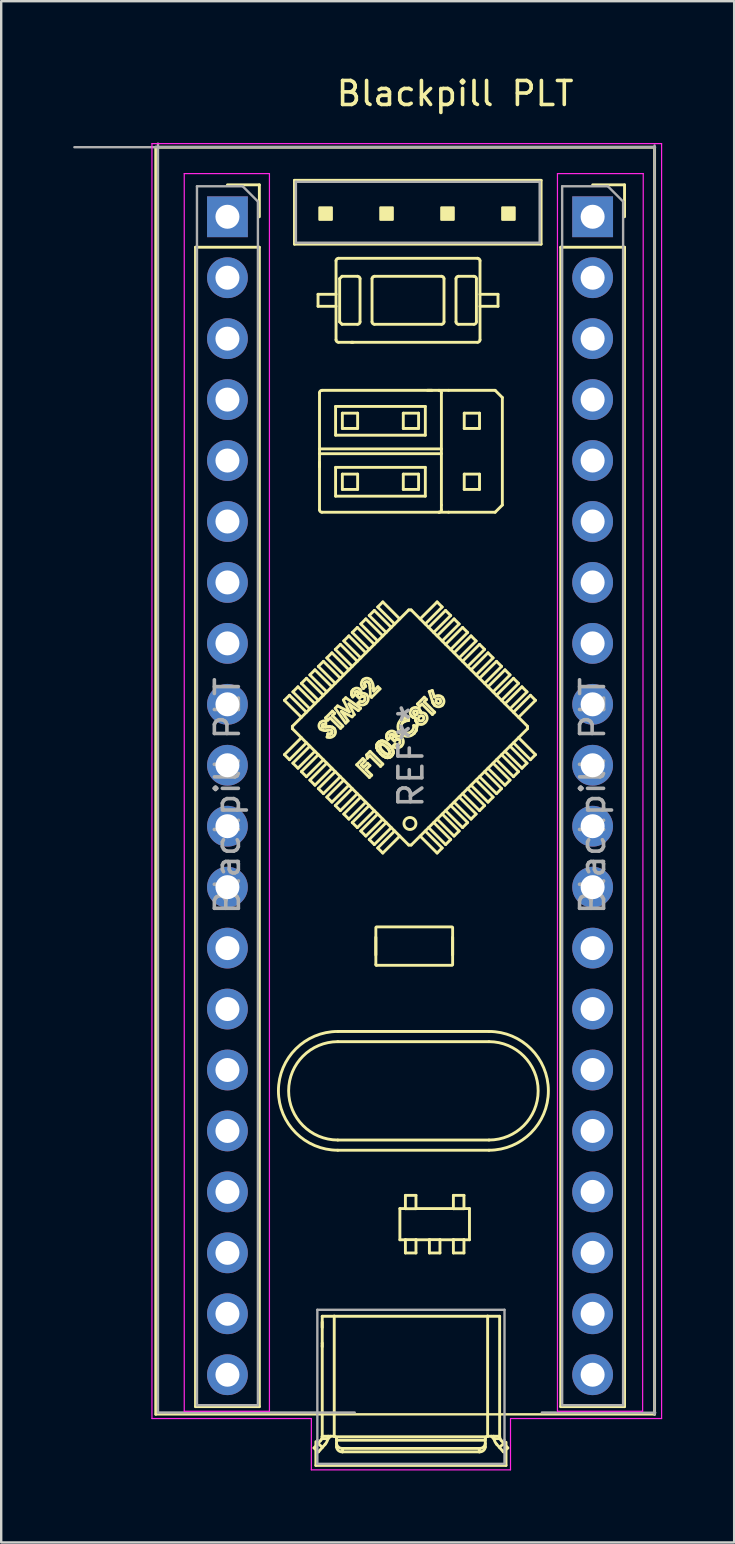
<source format=kicad_pcb>
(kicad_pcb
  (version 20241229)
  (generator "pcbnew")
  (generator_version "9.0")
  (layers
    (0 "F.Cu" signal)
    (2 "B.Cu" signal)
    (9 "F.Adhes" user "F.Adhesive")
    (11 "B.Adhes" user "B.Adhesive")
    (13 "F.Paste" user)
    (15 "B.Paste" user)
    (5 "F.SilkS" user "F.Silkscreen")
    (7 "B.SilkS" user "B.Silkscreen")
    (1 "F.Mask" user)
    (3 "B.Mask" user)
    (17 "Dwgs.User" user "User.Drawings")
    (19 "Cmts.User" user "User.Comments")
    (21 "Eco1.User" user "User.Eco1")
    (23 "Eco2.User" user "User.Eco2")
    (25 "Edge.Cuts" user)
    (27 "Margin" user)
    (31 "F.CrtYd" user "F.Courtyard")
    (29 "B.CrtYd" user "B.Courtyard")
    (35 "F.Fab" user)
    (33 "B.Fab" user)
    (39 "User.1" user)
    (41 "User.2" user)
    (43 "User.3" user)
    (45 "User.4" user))
  (footprint "Blackpill PLT"
    (layer "F.Cu")
    (at 6.743 7)
    (property "Reference" "Blackpill PLT" (at 9.176 -6.152 0) (layer "F.SilkS") (effects (font (size 1 1) (thickness 0.15))))
    (attr through_hole)
    (fp_line (start -3.302 -3.915) (end 17.488 -3.915) (stroke (width 0.12) (type solid)) (layer "F.SilkS"))
    (fp_line (start -3.302 48.895) (end -3.302 -3.915) (stroke (width 0.12) (type solid)) (layer "F.SilkS"))
    (fp_line (start -3.302 48.895) (end 17.488 48.895) (stroke (width 0.1) (type solid)) (layer "F.SilkS"))
    (fp_line (start -1.644 0.254) (end -1.644 48.574) (stroke (width 0.12) (type solid)) (layer "F.SilkS"))
    (fp_line (start -1.644 0.254) (end 1.016 0.254) (stroke (width 0.12) (type solid)) (layer "F.SilkS"))
    (fp_line (start -1.644 48.574) (end 1.016 48.574) (stroke (width 0.12) (type solid)) (layer "F.SilkS"))
    (fp_line (start -0.314 -2.346) (end 1.016 -2.346) (stroke (width 0.12) (type solid)) (layer "F.SilkS"))
    (fp_line (start 1.016 -2.346) (end 1.016 -1.016) (stroke (width 0.12) (type solid)) (layer "F.SilkS"))
    (fp_line (start 1.016 0.254) (end 1.016 48.574) (stroke (width 0.12) (type solid)) (layer "F.SilkS"))
    (fp_line (start 2.06 19.138) (end 2.767 19.845) (stroke (width 0.12) (type solid)) (layer "F.SilkS"))
    (fp_line (start 2.06 21.401) (end 2.767 20.694) (stroke (width 0.12) (type solid)) (layer "F.SilkS"))
    (fp_line (start 2.272 18.926) (end 2.06 19.138) (stroke (width 0.12) (type solid)) (layer "F.SilkS"))
    (fp_line (start 2.272 18.926) (end 2.979 19.633) (stroke (width 0.12) (type solid)) (layer "F.SilkS"))
    (fp_line (start 2.272 21.613) (end 2.06 21.401) (stroke (width 0.12) (type solid)) (layer "F.SilkS"))
    (fp_line (start 2.272 21.613) (end 2.979 20.906) (stroke (width 0.12) (type solid)) (layer "F.SilkS"))
    (fp_line (start 2.393 20.22) (end 7.242 15.37) (stroke (width 0.12) (type solid)) (layer "F.SilkS"))
    (fp_line (start 2.393 20.32) (end 2.393 20.22) (stroke (width 0.12) (type solid)) (layer "F.SilkS"))
    (fp_line (start 2.413 18.785) (end 3.121 19.492) (stroke (width 0.12) (type solid)) (layer "F.SilkS"))
    (fp_line (start 2.413 21.755) (end 3.121 21.048) (stroke (width 0.12) (type solid)) (layer "F.SilkS"))
    (fp_line (start 2.479 -2.534) (end 2.479 0.126) (stroke (width 0.12) (type solid)) (layer "F.SilkS"))
    (fp_line (start 2.479 0.126) (end 12.759 0.126) (stroke (width 0.12) (type solid)) (layer "F.SilkS"))
    (fp_line (start 2.626 18.573) (end 2.413 18.785) (stroke (width 0.12) (type solid)) (layer "F.SilkS"))
    (fp_line (start 2.626 18.573) (end 3.333 19.28) (stroke (width 0.12) (type solid)) (layer "F.SilkS"))
    (fp_line (start 2.626 21.967) (end 2.413 21.755) (stroke (width 0.12) (type solid)) (layer "F.SilkS"))
    (fp_line (start 2.626 21.967) (end 3.333 21.26) (stroke (width 0.12) (type solid)) (layer "F.SilkS"))
    (fp_line (start 2.767 18.431) (end 3.474 19.138) (stroke (width 0.12) (type solid)) (layer "F.SilkS"))
    (fp_line (start 2.767 22.108) (end 3.474 21.401) (stroke (width 0.12) (type solid)) (layer "F.SilkS"))
    (fp_line (start 2.979 18.219) (end 2.767 18.431) (stroke (width 0.12) (type solid)) (layer "F.SilkS"))
    (fp_line (start 2.979 18.219) (end 3.686 18.926) (stroke (width 0.12) (type solid)) (layer "F.SilkS"))
    (fp_line (start 2.979 22.32) (end 2.767 22.108) (stroke (width 0.12) (type solid)) (layer "F.SilkS"))
    (fp_line (start 2.979 22.32) (end 3.686 21.613) (stroke (width 0.12) (type solid)) (layer "F.SilkS"))
    (fp_line (start 3.121 18.078) (end 3.828 18.785) (stroke (width 0.12) (type solid)) (layer "F.SilkS"))
    (fp_line (start 3.121 22.462) (end 3.828 21.755) (stroke (width 0.12) (type solid)) (layer "F.SilkS"))
    (fp_line (start 3.296 50.296) (end 3.575 49.979) (stroke (width 0.12) (type solid)) (layer "F.SilkS"))
    (fp_line (start 3.333 17.866) (end 3.121 18.078) (stroke (width 0.12) (type solid)) (layer "F.SilkS"))
    (fp_line (start 3.333 17.866) (end 4.04 18.573) (stroke (width 0.12) (type solid)) (layer "F.SilkS"))
    (fp_line (start 3.333 22.674) (end 3.121 22.462) (stroke (width 0.12) (type solid)) (layer "F.SilkS"))
    (fp_line (start 3.333 22.674) (end 4.04 21.967) (stroke (width 0.12) (type solid)) (layer "F.SilkS"))
    (fp_line (start 3.371 50.033) (end 3.371 51.024) (stroke (width 0.12) (type solid)) (layer "F.SilkS"))
    (fp_line (start 3.371 51.024) (end 11.296 51.024) (stroke (width 0.12) (type solid)) (layer "F.SilkS"))
    (fp_line (start 3.461 50.108) (end 3.646 50.271) (stroke (width 0.12) (type solid)) (layer "F.SilkS"))
    (fp_line (start 3.462 2.715) (end 3.462 2.215) (stroke (width 0.12) (type solid)) (layer "F.SilkS"))
    (fp_line (start 3.474 17.724) (end 4.181 18.431) (stroke (width 0.12) (type solid)) (layer "F.SilkS"))
    (fp_line (start 3.474 22.815) (end 4.181 22.108) (stroke (width 0.12) (type solid)) (layer "F.SilkS"))
    (fp_line (start 3.481 50.458) (end 3.296 50.296) (stroke (width 0.12) (type solid)) (layer "F.SilkS"))
    (fp_line (start 3.522 9.217) (end 3.522 9.406) (stroke (width 0.12) (type solid)) (layer "F.SilkS"))
    (fp_line (start 3.523 8.658) (end 8.603 8.658) (stroke (width 0.12) (type solid)) (layer "F.SilkS"))
    (fp_line (start 3.523 11.198) (end 3.523 6.318) (stroke (width 0.12) (type solid)) (layer "F.SilkS"))
    (fp_line (start 3.623 6.218) (end 8.503 6.218) (stroke (width 0.12) (type solid)) (layer "F.SilkS"))
    (fp_line (start 3.636 45.048) (end 3.636 45.275) (stroke (width 0.12) (type solid)) (layer "F.SilkS"))
    (fp_line (start 3.636 45.923) (end 3.636 45.964) (stroke (width 0.12) (type solid)) (layer "F.SilkS"))
    (fp_line (start 3.636 46.023) (end 3.636 46.077) (stroke (width 0.12) (type solid)) (layer "F.SilkS"))
    (fp_line (start 3.637 49.817) (end 3.642 49.809) (stroke (width 0.12) (type solid)) (layer "F.SilkS"))
    (fp_line (start 3.637 44.808) (end 11.03 44.808) (stroke (width 0.12) (type solid)) (layer "F.SilkS"))
    (fp_line (start 3.637 49.814) (end 3.637 49.817) (stroke (width 0.12) (type solid)) (layer "F.SilkS"))
    (fp_line (start 3.637 49.814) (end 3.637 44.808) (stroke (width 0.12) (type solid)) (layer "F.SilkS"))
    (fp_line (start 3.642 49.809) (end 3.643 49.808) (stroke (width 0.12) (type solid)) (layer "F.SilkS"))
    (fp_line (start 3.643 49.808) (end 4.133 49.808) (stroke (width 0.12) (type solid)) (layer "F.SilkS"))
    (fp_line (start 3.646 20.231) (end 3.664 20.243) (stroke (width 0.12) (type solid)) (layer "F.SilkS"))
    (fp_line (start 3.646 20.231) (end 3.664 20.243) (stroke (width 0.12) (type solid)) (layer "F.SilkS"))
    (fp_line (start 3.664 20.243) (end 3.68 20.248) (stroke (width 0.12) (type solid)) (layer "F.SilkS"))
    (fp_line (start 3.664 20.243) (end 3.68 20.248) (stroke (width 0.12) (type solid)) (layer "F.SilkS"))
    (fp_line (start 3.68 20.248) (end 3.759 20.248) (stroke (width 0.12) (type solid)) (layer "F.SilkS"))
    (fp_line (start 3.68 20.248) (end 3.759 20.248) (stroke (width 0.12) (type solid)) (layer "F.SilkS"))
    (fp_line (start 3.686 17.512) (end 3.474 17.724) (stroke (width 0.12) (type solid)) (layer "F.SilkS"))
    (fp_line (start 3.686 17.512) (end 4.393 18.219) (stroke (width 0.12) (type solid)) (layer "F.SilkS"))
    (fp_line (start 3.686 23.027) (end 3.474 22.815) (stroke (width 0.12) (type solid)) (layer "F.SilkS"))
    (fp_line (start 3.686 23.027) (end 4.393 22.32) (stroke (width 0.12) (type solid)) (layer "F.SilkS"))
    (fp_line (start 3.759 50.143) (end 3.481 50.458) (stroke (width 0.12) (type solid)) (layer "F.SilkS"))
    (fp_line (start 3.759 20.248) (end 3.821 20.244) (stroke (width 0.12) (type solid)) (layer "F.SilkS"))
    (fp_line (start 3.759 20.248) (end 3.821 20.244) (stroke (width 0.12) (type solid)) (layer "F.SilkS"))
    (fp_line (start 3.774 19.87) (end 4.06 19.585) (stroke (width 0.12) (type solid)) (layer "F.SilkS"))
    (fp_line (start 3.791 19.995) (end 3.785 20.132) (stroke (width 0.12) (type solid)) (layer "F.SilkS"))
    (fp_line (start 3.821 20.244) (end 3.893 20.239) (stroke (width 0.12) (type solid)) (layer "F.SilkS"))
    (fp_line (start 3.821 20.244) (end 3.893 20.239) (stroke (width 0.12) (type solid)) (layer "F.SilkS"))
    (fp_line (start 3.828 17.371) (end 4.535 18.078) (stroke (width 0.12) (type solid)) (layer "F.SilkS"))
    (fp_line (start 3.828 23.169) (end 4.535 22.462) (stroke (width 0.12) (type solid)) (layer "F.SilkS"))
    (fp_line (start 3.838 20.668) (end 3.872 20.534) (stroke (width 0.12) (type solid)) (layer "F.SilkS"))
    (fp_line (start 3.869 19.965) (end 3.774 19.87) (stroke (width 0.12) (type solid)) (layer "F.SilkS"))
    (fp_line (start 3.872 20.534) (end 3.962 20.545) (stroke (width 0.12) (type solid)) (layer "F.SilkS"))
    (fp_line (start 3.872 20.534) (end 3.962 20.545) (stroke (width 0.12) (type solid)) (layer "F.SilkS"))
    (fp_line (start 3.872 49.92) (end 3.983 49.808) (stroke (width 0.12) (type solid)) (layer "F.SilkS"))
    (fp_line (start 3.874 49.908) (end 3.618 49.908) (stroke (width 0.12) (type solid)) (layer "F.SilkS"))
    (fp_line (start 3.883 49.808) (end 3.883 49.813) (stroke (width 0.12) (type solid)) (layer "F.SilkS"))
    (fp_line (start 3.893 20.239) (end 3.95 20.237) (stroke (width 0.12) (type solid)) (layer "F.SilkS"))
    (fp_line (start 3.893 20.239) (end 3.95 20.237) (stroke (width 0.12) (type solid)) (layer "F.SilkS"))
    (fp_line (start 3.95 20.237) (end 4.056 20.256) (stroke (width 0.12) (type solid)) (layer "F.SilkS"))
    (fp_line (start 3.95 20.237) (end 4.056 20.256) (stroke (width 0.12) (type solid)) (layer "F.SilkS"))
    (fp_line (start 3.962 20.545) (end 3.997 20.536) (stroke (width 0.12) (type solid)) (layer "F.SilkS"))
    (fp_line (start 3.962 20.545) (end 3.997 20.536) (stroke (width 0.12) (type solid)) (layer "F.SilkS"))
    (fp_line (start 3.965 19.87) (end 3.869 19.965) (stroke (width 0.12) (type solid)) (layer "F.SilkS"))
    (fp_line (start 3.997 20.536) (end 4.027 20.515) (stroke (width 0.12) (type solid)) (layer "F.SilkS"))
    (fp_line (start 3.997 20.536) (end 4.027 20.515) (stroke (width 0.12) (type solid)) (layer "F.SilkS"))
    (fp_line (start 4.04 17.158) (end 3.828 17.371) (stroke (width 0.12) (type solid)) (layer "F.SilkS"))
    (fp_line (start 4.04 17.158) (end 4.747 17.866) (stroke (width 0.12) (type solid)) (layer "F.SilkS"))
    (fp_line (start 4.04 23.381) (end 3.828 23.169) (stroke (width 0.12) (type solid)) (layer "F.SilkS"))
    (fp_line (start 4.04 23.381) (end 4.747 22.674) (stroke (width 0.12) (type solid)) (layer "F.SilkS"))
    (fp_line (start 4.056 20.256) (end 4.126 20.304) (stroke (width 0.12) (type solid)) (layer "F.SilkS"))
    (fp_line (start 4.056 20.256) (end 4.126 20.304) (stroke (width 0.12) (type solid)) (layer "F.SilkS"))
    (fp_line (start 4.06 19.585) (end 4.155 19.68) (stroke (width 0.12) (type solid)) (layer "F.SilkS"))
    (fp_line (start 4.06 19.775) (end 4.495 20.21) (stroke (width 0.12) (type solid)) (layer "F.SilkS"))
    (fp_line (start 4.133 49.808) (end 4.137 49.808) (stroke (width 0.12) (type solid)) (layer "F.SilkS"))
    (fp_line (start 4.137 49.808) (end 4.137 44.798) (stroke (width 0.12) (type solid)) (layer "F.SilkS"))
    (fp_line (start 4.155 19.68) (end 4.06 19.775) (stroke (width 0.12) (type solid)) (layer "F.SilkS"))
    (fp_line (start 4.177 19.468) (end 4.275 19.369) (stroke (width 0.12) (type solid)) (layer "F.SilkS"))
    (fp_line (start 4.181 17.017) (end 4.888 17.724) (stroke (width 0.12) (type solid)) (layer "F.SilkS"))
    (fp_line (start 4.181 23.522) (end 4.888 22.815) (stroke (width 0.12) (type solid)) (layer "F.SilkS"))
    (fp_line (start 4.193 6.888) (end 7.933 6.888) (stroke (width 0.12) (type solid)) (layer "F.SilkS"))
    (fp_line (start 4.193 8.088) (end 4.193 6.888) (stroke (width 0.12) (type solid)) (layer "F.SilkS"))
    (fp_line (start 4.193 9.428) (end 7.933 9.428) (stroke (width 0.12) (type solid)) (layer "F.SilkS"))
    (fp_line (start 4.193 10.628) (end 4.193 9.428) (stroke (width 0.12) (type solid)) (layer "F.SilkS"))
    (fp_line (start 4.195 49.83) (end 10.472 49.83) (stroke (width 0.12) (type solid)) (layer "F.SilkS"))
    (fp_line (start 4.212 0.815) (end 4.212 4.115) (stroke (width 0.12) (type solid)) (layer "F.SilkS"))
    (fp_line (start 4.212 2.215) (end 3.462 2.215) (stroke (width 0.12) (type solid)) (layer "F.SilkS"))
    (fp_line (start 4.212 2.715) (end 3.462 2.715) (stroke (width 0.12) (type solid)) (layer "F.SilkS"))
    (fp_line (start 4.233 50.254) (end 4.233 49.908) (stroke (width 0.12) (type solid)) (layer "F.SilkS"))
    (fp_line (start 4.275 19.369) (end 4.766 19.618) (stroke (width 0.12) (type solid)) (layer "F.SilkS"))
    (fp_line (start 4.286 33.363) (end 10.586 33.363) (stroke (width 0.12) (type solid)) (layer "F.SilkS"))
    (fp_line (start 4.286 37.888) (end 10.586 37.888) (stroke (width 0.12) (type solid)) (layer "F.SilkS"))
    (fp_line (start 4.312 4.215) (end 10.112 4.215) (stroke (width 0.12) (type solid)) (layer "F.SilkS"))
    (fp_line (start 4.362 1.565) (end 4.462 1.465) (stroke (width 0.12) (type solid)) (layer "F.SilkS"))
    (fp_line (start 4.362 3.365) (end 4.362 1.565) (stroke (width 0.12) (type solid)) (layer "F.SilkS"))
    (fp_line (start 4.362 3.365) (end 4.462 3.465) (stroke (width 0.12) (type solid)) (layer "F.SilkS"))
    (fp_line (start 4.393 16.805) (end 4.181 17.017) (stroke (width 0.12) (type solid)) (layer "F.SilkS"))
    (fp_line (start 4.393 16.805) (end 5.1 17.512) (stroke (width 0.12) (type solid)) (layer "F.SilkS"))
    (fp_line (start 4.393 23.735) (end 4.181 23.522) (stroke (width 0.12) (type solid)) (layer "F.SilkS"))
    (fp_line (start 4.393 23.735) (end 5.1 23.027) (stroke (width 0.12) (type solid)) (layer "F.SilkS"))
    (fp_line (start 4.4 20.305) (end 3.965 19.87) (stroke (width 0.12) (type solid)) (layer "F.SilkS"))
    (fp_line (start 4.435 19.6) (end 4.714 19.991) (stroke (width 0.12) (type solid)) (layer "F.SilkS"))
    (fp_line (start 4.462 1.465) (end 5.112 1.465) (stroke (width 0.12) (type solid)) (layer "F.SilkS"))
    (fp_line (start 4.475 7.17) (end 5.112 7.17) (stroke (width 0.12) (type solid)) (layer "F.SilkS"))
    (fp_line (start 4.475 7.807) (end 4.475 7.17) (stroke (width 0.12) (type solid)) (layer "F.SilkS"))
    (fp_line (start 4.475 9.71) (end 5.112 9.71) (stroke (width 0.12) (type solid)) (layer "F.SilkS"))
    (fp_line (start 4.475 10.347) (end 4.475 9.71) (stroke (width 0.12) (type solid)) (layer "F.SilkS"))
    (fp_line (start 4.483 50.315) (end 4.483 50.458) (stroke (width 0.12) (type solid)) (layer "F.SilkS"))
    (fp_line (start 4.483 50.315) (end 10.183 50.315) (stroke (width 0.12) (type solid)) (layer "F.SilkS"))
    (fp_line (start 4.483 50.458) (end 10.183 50.458) (stroke (width 0.12) (type solid)) (layer "F.SilkS"))
    (fp_line (start 4.495 20.21) (end 4.4 20.305) (stroke (width 0.12) (type solid)) (layer "F.SilkS"))
    (fp_line (start 4.518 19.126) (end 4.616 19.028) (stroke (width 0.12) (type solid)) (layer "F.SilkS"))
    (fp_line (start 4.535 16.664) (end 5.242 17.371) (stroke (width 0.12) (type solid)) (layer "F.SilkS"))
    (fp_line (start 4.535 23.876) (end 5.242 23.169) (stroke (width 0.12) (type solid)) (layer "F.SilkS"))
    (fp_line (start 4.616 19.028) (end 5.236 19.469) (stroke (width 0.12) (type solid)) (layer "F.SilkS"))
    (fp_line (start 4.617 20.088) (end 4.177 19.468) (stroke (width 0.12) (type solid)) (layer "F.SilkS"))
    (fp_line (start 4.714 19.991) (end 4.617 20.088) (stroke (width 0.12) (type solid)) (layer "F.SilkS"))
    (fp_line (start 4.747 16.451) (end 4.535 16.664) (stroke (width 0.12) (type solid)) (layer "F.SilkS"))
    (fp_line (start 4.747 16.451) (end 5.454 17.158) (stroke (width 0.12) (type solid)) (layer "F.SilkS"))
    (fp_line (start 4.747 24.088) (end 4.535 23.876) (stroke (width 0.12) (type solid)) (layer "F.SilkS"))
    (fp_line (start 4.747 24.088) (end 5.454 23.381) (stroke (width 0.12) (type solid)) (layer "F.SilkS"))
    (fp_line (start 4.748 19.287) (end 4.973 19.732) (stroke (width 0.12) (type solid)) (layer "F.SilkS"))
    (fp_line (start 4.766 19.618) (end 4.518 19.126) (stroke (width 0.12) (type solid)) (layer "F.SilkS"))
    (fp_line (start 4.848 4.216) (end 4.869 4.216) (stroke (width 0.12) (type solid)) (layer "F.SilkS"))
    (fp_line (start 4.857 18.859) (end 4.877 18.758) (stroke (width 0.12) (type solid)) (layer "F.SilkS"))
    (fp_line (start 4.857 18.859) (end 4.877 18.758) (stroke (width 0.12) (type solid)) (layer "F.SilkS"))
    (fp_line (start 4.869 18.922) (end 4.857 18.859) (stroke (width 0.12) (type solid)) (layer "F.SilkS"))
    (fp_line (start 4.869 18.922) (end 4.857 18.859) (stroke (width 0.12) (type solid)) (layer "F.SilkS"))
    (fp_line (start 4.877 18.758) (end 4.925 18.692) (stroke (width 0.12) (type solid)) (layer "F.SilkS"))
    (fp_line (start 4.877 18.758) (end 4.925 18.692) (stroke (width 0.12) (type solid)) (layer "F.SilkS"))
    (fp_line (start 4.88 19.825) (end 4.435 19.6) (stroke (width 0.12) (type solid)) (layer "F.SilkS"))
    (fp_line (start 4.888 16.31) (end 5.595 17.017) (stroke (width 0.12) (type solid)) (layer "F.SilkS"))
    (fp_line (start 4.888 24.23) (end 5.595 23.522) (stroke (width 0.12) (type solid)) (layer "F.SilkS"))
    (fp_line (start 4.898 4.216) (end 4.925 4.216) (stroke (width 0.12) (type solid)) (layer "F.SilkS"))
    (fp_line (start 4.91 18.993) (end 4.869 18.922) (stroke (width 0.12) (type solid)) (layer "F.SilkS"))
    (fp_line (start 4.91 18.993) (end 4.869 18.922) (stroke (width 0.12) (type solid)) (layer "F.SilkS"))
    (fp_line (start 4.973 19.732) (end 4.88 19.825) (stroke (width 0.12) (type solid)) (layer "F.SilkS"))
    (fp_line (start 5.005 18.898) (end 4.91 18.993) (stroke (width 0.12) (type solid)) (layer "F.SilkS"))
    (fp_line (start 5.073 21.822) (end 5.331 21.563) (stroke (width 0.12) (type solid)) (layer "F.SilkS"))
    (fp_line (start 5.087 18.952) (end 5.138 18.873) (stroke (width 0.12) (type solid)) (layer "F.SilkS"))
    (fp_line (start 5.087 18.952) (end 5.138 18.873) (stroke (width 0.12) (type solid)) (layer "F.SilkS"))
    (fp_line (start 5.1 16.098) (end 4.888 16.31) (stroke (width 0.12) (type solid)) (layer "F.SilkS"))
    (fp_line (start 5.1 16.098) (end 5.808 16.805) (stroke (width 0.12) (type solid)) (layer "F.SilkS"))
    (fp_line (start 5.1 24.442) (end 4.888 24.23) (stroke (width 0.12) (type solid)) (layer "F.SilkS"))
    (fp_line (start 5.1 24.442) (end 5.808 23.735) (stroke (width 0.12) (type solid)) (layer "F.SilkS"))
    (fp_line (start 5.112 7.17) (end 5.112 7.807) (stroke (width 0.12) (type solid)) (layer "F.SilkS"))
    (fp_line (start 5.112 7.807) (end 4.475 7.807) (stroke (width 0.12) (type solid)) (layer "F.SilkS"))
    (fp_line (start 5.112 9.71) (end 5.112 10.347) (stroke (width 0.12) (type solid)) (layer "F.SilkS"))
    (fp_line (start 5.112 10.347) (end 4.475 10.347) (stroke (width 0.12) (type solid)) (layer "F.SilkS"))
    (fp_line (start 5.112 3.465) (end 4.462 3.465) (stroke (width 0.12) (type solid)) (layer "F.SilkS"))
    (fp_line (start 5.121 19.258) (end 5.216 19.163) (stroke (width 0.12) (type solid)) (layer "F.SilkS"))
    (fp_line (start 5.136 18.804) (end 5.123 18.785) (stroke (width 0.12) (type solid)) (layer "F.SilkS"))
    (fp_line (start 5.136 18.804) (end 5.123 18.785) (stroke (width 0.12) (type solid)) (layer "F.SilkS"))
    (fp_line (start 5.138 18.873) (end 5.143 18.827) (stroke (width 0.12) (type solid)) (layer "F.SilkS"))
    (fp_line (start 5.138 18.873) (end 5.143 18.827) (stroke (width 0.12) (type solid)) (layer "F.SilkS"))
    (fp_line (start 5.14 19.565) (end 4.748 19.287) (stroke (width 0.12) (type solid)) (layer "F.SilkS"))
    (fp_line (start 5.143 18.827) (end 5.136 18.804) (stroke (width 0.12) (type solid)) (layer "F.SilkS"))
    (fp_line (start 5.143 18.827) (end 5.136 18.804) (stroke (width 0.12) (type solid)) (layer "F.SilkS"))
    (fp_line (start 5.175 19.041) (end 5.087 18.952) (stroke (width 0.12) (type solid)) (layer "F.SilkS"))
    (fp_line (start 5.212 1.565) (end 5.212 3.365) (stroke (width 0.12) (type solid)) (layer "F.SilkS"))
    (fp_line (start 5.236 19.469) (end 5.14 19.565) (stroke (width 0.12) (type solid)) (layer "F.SilkS"))
    (fp_line (start 5.242 15.956) (end 5.949 16.664) (stroke (width 0.12) (type solid)) (layer "F.SilkS"))
    (fp_line (start 5.242 24.583) (end 5.949 23.876) (stroke (width 0.12) (type solid)) (layer "F.SilkS"))
    (fp_line (start 5.263 21.822) (end 5.365 21.924) (stroke (width 0.12) (type solid)) (layer "F.SilkS"))
    (fp_line (start 5.276 18.975) (end 5.175 19.041) (stroke (width 0.12) (type solid)) (layer "F.SilkS"))
    (fp_line (start 5.276 18.975) (end 5.175 19.041) (stroke (width 0.12) (type solid)) (layer "F.SilkS"))
    (fp_line (start 5.331 21.563) (end 5.426 21.658) (stroke (width 0.12) (type solid)) (layer "F.SilkS"))
    (fp_line (start 5.336 18.97) (end 5.276 18.975) (stroke (width 0.12) (type solid)) (layer "F.SilkS"))
    (fp_line (start 5.336 18.97) (end 5.276 18.975) (stroke (width 0.12) (type solid)) (layer "F.SilkS"))
    (fp_line (start 5.365 21.924) (end 5.528 21.76) (stroke (width 0.12) (type solid)) (layer "F.SilkS"))
    (fp_line (start 5.365 18.979) (end 5.336 18.97) (stroke (width 0.12) (type solid)) (layer "F.SilkS"))
    (fp_line (start 5.365 18.979) (end 5.336 18.97) (stroke (width 0.12) (type solid)) (layer "F.SilkS"))
    (fp_line (start 5.39 18.997) (end 5.365 18.979) (stroke (width 0.12) (type solid)) (layer "F.SilkS"))
    (fp_line (start 5.39 18.997) (end 5.365 18.979) (stroke (width 0.12) (type solid)) (layer "F.SilkS"))
    (fp_line (start 5.4 18.429) (end 5.404 18.481) (stroke (width 0.12) (type solid)) (layer "F.SilkS"))
    (fp_line (start 5.4 18.429) (end 5.404 18.481) (stroke (width 0.12) (type solid)) (layer "F.SilkS"))
    (fp_line (start 5.404 18.481) (end 5.447 18.551) (stroke (width 0.12) (type solid)) (layer "F.SilkS"))
    (fp_line (start 5.404 18.481) (end 5.447 18.551) (stroke (width 0.12) (type solid)) (layer "F.SilkS"))
    (fp_line (start 5.425 18.383) (end 5.4 18.429) (stroke (width 0.12) (type solid)) (layer "F.SilkS"))
    (fp_line (start 5.425 18.383) (end 5.4 18.429) (stroke (width 0.12) (type solid)) (layer "F.SilkS"))
    (fp_line (start 5.426 21.658) (end 5.263 21.822) (stroke (width 0.12) (type solid)) (layer "F.SilkS"))
    (fp_line (start 5.447 18.551) (end 5.352 18.646) (stroke (width 0.12) (type solid)) (layer "F.SilkS"))
    (fp_line (start 5.454 15.744) (end 5.242 15.956) (stroke (width 0.12) (type solid)) (layer "F.SilkS"))
    (fp_line (start 5.454 15.744) (end 6.161 16.451) (stroke (width 0.12) (type solid)) (layer "F.SilkS"))
    (fp_line (start 5.454 24.795) (end 5.242 24.583) (stroke (width 0.12) (type solid)) (layer "F.SilkS"))
    (fp_line (start 5.454 24.795) (end 6.161 24.088) (stroke (width 0.12) (type solid)) (layer "F.SilkS"))
    (fp_line (start 5.46 22.019) (end 5.698 22.257) (stroke (width 0.12) (type solid)) (layer "F.SilkS"))
    (fp_line (start 5.483 21.411) (end 5.63 21.264) (stroke (width 0.12) (type solid)) (layer "F.SilkS"))
    (fp_line (start 5.515 21.556) (end 5.483 21.411) (stroke (width 0.12) (type solid)) (layer "F.SilkS"))
    (fp_line (start 5.528 21.76) (end 5.624 21.856) (stroke (width 0.12) (type solid)) (layer "F.SilkS"))
    (fp_line (start 5.595 15.603) (end 6.303 16.31) (stroke (width 0.12) (type solid)) (layer "F.SilkS"))
    (fp_line (start 5.595 24.937) (end 6.303 24.23) (stroke (width 0.12) (type solid)) (layer "F.SilkS"))
    (fp_line (start 5.603 22.352) (end 5.073 21.822) (stroke (width 0.12) (type solid)) (layer "F.SilkS"))
    (fp_line (start 5.618 18.49) (end 5.565 18.384) (stroke (width 0.12) (type solid)) (layer "F.SilkS"))
    (fp_line (start 5.618 18.49) (end 5.565 18.384) (stroke (width 0.12) (type solid)) (layer "F.SilkS"))
    (fp_line (start 5.624 21.448) (end 5.515 21.556) (stroke (width 0.12) (type solid)) (layer "F.SilkS"))
    (fp_line (start 5.624 21.856) (end 5.46 22.019) (stroke (width 0.12) (type solid)) (layer "F.SilkS"))
    (fp_line (start 5.63 21.264) (end 6.161 21.794) (stroke (width 0.12) (type solid)) (layer "F.SilkS"))
    (fp_line (start 5.633 18.641) (end 5.618 18.49) (stroke (width 0.12) (type solid)) (layer "F.SilkS"))
    (fp_line (start 5.633 18.641) (end 5.618 18.49) (stroke (width 0.12) (type solid)) (layer "F.SilkS"))
    (fp_line (start 5.643 18.965) (end 5.633 18.641) (stroke (width 0.12) (type solid)) (layer "F.SilkS"))
    (fp_line (start 5.692 19.014) (end 5.643 18.965) (stroke (width 0.12) (type solid)) (layer "F.SilkS"))
    (fp_line (start 5.698 22.257) (end 5.603 22.352) (stroke (width 0.12) (type solid)) (layer "F.SilkS"))
    (fp_line (start 5.712 3.365) (end 5.712 1.565) (stroke (width 0.12) (type solid)) (layer "F.SilkS"))
    (fp_line (start 5.77 18.631) (end 5.778 18.75) (stroke (width 0.12) (type solid)) (layer "F.SilkS"))
    (fp_line (start 5.778 18.75) (end 5.957 18.572) (stroke (width 0.12) (type solid)) (layer "F.SilkS"))
    (fp_line (start 5.808 15.391) (end 5.595 15.603) (stroke (width 0.12) (type solid)) (layer "F.SilkS"))
    (fp_line (start 5.808 15.391) (end 6.515 16.098) (stroke (width 0.12) (type solid)) (layer "F.SilkS"))
    (fp_line (start 5.808 25.149) (end 5.595 24.937) (stroke (width 0.12) (type solid)) (layer "F.SilkS"))
    (fp_line (start 5.808 25.149) (end 6.515 24.442) (stroke (width 0.12) (type solid)) (layer "F.SilkS"))
    (fp_line (start 5.812 1.465) (end 8.612 1.465) (stroke (width 0.12) (type solid)) (layer "F.SilkS"))
    (fp_line (start 5.87 29.75) (end 5.87 29.013) (stroke (width 0.12) (type solid)) (layer "F.SilkS"))
    (fp_line (start 5.871 30.156) (end 5.871 28.606) (stroke (width 0.12) (type solid)) (layer "F.SilkS"))
    (fp_line (start 5.896 28.581) (end 9.046 28.581) (stroke (width 0.12) (type solid)) (layer "F.SilkS"))
    (fp_line (start 5.903 21.109) (end 5.911 20.984) (stroke (width 0.12) (type solid)) (layer "F.SilkS"))
    (fp_line (start 5.903 21.109) (end 5.911 20.984) (stroke (width 0.12) (type solid)) (layer "F.SilkS"))
    (fp_line (start 5.911 20.984) (end 5.965 20.902) (stroke (width 0.12) (type solid)) (layer "F.SilkS"))
    (fp_line (start 5.911 20.984) (end 5.965 20.902) (stroke (width 0.12) (type solid)) (layer "F.SilkS"))
    (fp_line (start 5.949 15.249) (end 6.656 15.956) (stroke (width 0.12) (type solid)) (layer "F.SilkS"))
    (fp_line (start 5.949 25.29) (end 6.656 24.583) (stroke (width 0.12) (type solid)) (layer "F.SilkS"))
    (fp_line (start 5.957 18.572) (end 6.045 18.66) (stroke (width 0.12) (type solid)) (layer "F.SilkS"))
    (fp_line (start 5.959 21.232) (end 5.903 21.109) (stroke (width 0.12) (type solid)) (layer "F.SilkS"))
    (fp_line (start 5.959 21.232) (end 5.903 21.109) (stroke (width 0.12) (type solid)) (layer "F.SilkS"))
    (fp_line (start 5.965 20.902) (end 6.018 20.861) (stroke (width 0.12) (type solid)) (layer "F.SilkS"))
    (fp_line (start 5.965 20.902) (end 6.018 20.861) (stroke (width 0.12) (type solid)) (layer "F.SilkS"))
    (fp_line (start 6.018 20.861) (end 6.079 20.836) (stroke (width 0.12) (type solid)) (layer "F.SilkS"))
    (fp_line (start 6.018 20.861) (end 6.079 20.836) (stroke (width 0.12) (type solid)) (layer "F.SilkS"))
    (fp_line (start 6.034 21.069) (end 6.062 21.145) (stroke (width 0.12) (type solid)) (layer "F.SilkS"))
    (fp_line (start 6.034 21.069) (end 6.062 21.145) (stroke (width 0.12) (type solid)) (layer "F.SilkS"))
    (fp_line (start 6.041 21.029) (end 6.034 21.069) (stroke (width 0.12) (type solid)) (layer "F.SilkS"))
    (fp_line (start 6.041 21.029) (end 6.034 21.069) (stroke (width 0.12) (type solid)) (layer "F.SilkS"))
    (fp_line (start 6.045 18.66) (end 5.692 19.014) (stroke (width 0.12) (type solid)) (layer "F.SilkS"))
    (fp_line (start 6.062 21.145) (end 6.167 21.27) (stroke (width 0.12) (type solid)) (layer "F.SilkS"))
    (fp_line (start 6.062 21.145) (end 6.167 21.27) (stroke (width 0.12) (type solid)) (layer "F.SilkS"))
    (fp_line (start 6.063 20.995) (end 6.041 21.029) (stroke (width 0.12) (type solid)) (layer "F.SilkS"))
    (fp_line (start 6.063 20.995) (end 6.041 21.029) (stroke (width 0.12) (type solid)) (layer "F.SilkS"))
    (fp_line (start 6.066 21.89) (end 5.624 21.448) (stroke (width 0.12) (type solid)) (layer "F.SilkS"))
    (fp_line (start 6.071 21.364) (end 5.959 21.232) (stroke (width 0.12) (type solid)) (layer "F.SilkS"))
    (fp_line (start 6.071 21.364) (end 5.959 21.232) (stroke (width 0.12) (type solid)) (layer "F.SilkS"))
    (fp_line (start 6.079 20.836) (end 6.146 20.831) (stroke (width 0.12) (type solid)) (layer "F.SilkS"))
    (fp_line (start 6.079 20.836) (end 6.146 20.831) (stroke (width 0.12) (type solid)) (layer "F.SilkS"))
    (fp_line (start 6.096 20.974) (end 6.063 20.995) (stroke (width 0.12) (type solid)) (layer "F.SilkS"))
    (fp_line (start 6.135 20.969) (end 6.096 20.974) (stroke (width 0.12) (type solid)) (layer "F.SilkS"))
    (fp_line (start 6.146 20.831) (end 6.211 20.846) (stroke (width 0.12) (type solid)) (layer "F.SilkS"))
    (fp_line (start 6.146 20.831) (end 6.211 20.846) (stroke (width 0.12) (type solid)) (layer "F.SilkS"))
    (fp_line (start 6.161 21.794) (end 6.066 21.89) (stroke (width 0.12) (type solid)) (layer "F.SilkS"))
    (fp_line (start 6.161 15.037) (end 5.949 15.249) (stroke (width 0.12) (type solid)) (layer "F.SilkS"))
    (fp_line (start 6.161 15.037) (end 6.868 15.744) (stroke (width 0.12) (type solid)) (layer "F.SilkS"))
    (fp_line (start 6.161 25.502) (end 5.949 25.29) (stroke (width 0.12) (type solid)) (layer "F.SilkS"))
    (fp_line (start 6.161 25.502) (end 6.868 24.795) (stroke (width 0.12) (type solid)) (layer "F.SilkS"))
    (fp_line (start 6.167 21.27) (end 6.287 21.368) (stroke (width 0.12) (type solid)) (layer "F.SilkS"))
    (fp_line (start 6.167 21.27) (end 6.287 21.368) (stroke (width 0.12) (type solid)) (layer "F.SilkS"))
    (fp_line (start 6.169 21.452) (end 6.071 21.364) (stroke (width 0.12) (type solid)) (layer "F.SilkS"))
    (fp_line (start 6.169 21.452) (end 6.071 21.364) (stroke (width 0.12) (type solid)) (layer "F.SilkS"))
    (fp_line (start 6.209 20.994) (end 6.135 20.969) (stroke (width 0.12) (type solid)) (layer "F.SilkS"))
    (fp_line (start 6.211 20.846) (end 6.326 20.911) (stroke (width 0.12) (type solid)) (layer "F.SilkS"))
    (fp_line (start 6.211 20.846) (end 6.326 20.911) (stroke (width 0.12) (type solid)) (layer "F.SilkS"))
    (fp_line (start 6.284 21.515) (end 6.169 21.452) (stroke (width 0.12) (type solid)) (layer "F.SilkS"))
    (fp_line (start 6.284 21.515) (end 6.169 21.452) (stroke (width 0.12) (type solid)) (layer "F.SilkS"))
    (fp_line (start 6.287 21.368) (end 6.36 21.389) (stroke (width 0.12) (type solid)) (layer "F.SilkS"))
    (fp_line (start 6.287 21.368) (end 6.36 21.389) (stroke (width 0.12) (type solid)) (layer "F.SilkS"))
    (fp_line (start 6.319 20.647) (end 6.339 20.546) (stroke (width 0.12) (type solid)) (layer "F.SilkS"))
    (fp_line (start 6.319 20.647) (end 6.339 20.546) (stroke (width 0.12) (type solid)) (layer "F.SilkS"))
    (fp_line (start 6.326 20.911) (end 6.426 20.999) (stroke (width 0.12) (type solid)) (layer "F.SilkS"))
    (fp_line (start 6.326 20.911) (end 6.426 20.999) (stroke (width 0.12) (type solid)) (layer "F.SilkS"))
    (fp_line (start 6.331 21.094) (end 6.209 20.994) (stroke (width 0.12) (type solid)) (layer "F.SilkS"))
    (fp_line (start 6.331 20.71) (end 6.319 20.647) (stroke (width 0.12) (type solid)) (layer "F.SilkS"))
    (fp_line (start 6.331 20.71) (end 6.319 20.647) (stroke (width 0.12) (type solid)) (layer "F.SilkS"))
    (fp_line (start 6.339 20.546) (end 6.387 20.481) (stroke (width 0.12) (type solid)) (layer "F.SilkS"))
    (fp_line (start 6.339 20.546) (end 6.387 20.481) (stroke (width 0.12) (type solid)) (layer "F.SilkS"))
    (fp_line (start 6.349 21.528) (end 6.284 21.515) (stroke (width 0.12) (type solid)) (layer "F.SilkS"))
    (fp_line (start 6.349 21.528) (end 6.284 21.515) (stroke (width 0.12) (type solid)) (layer "F.SilkS"))
    (fp_line (start 6.36 21.389) (end 6.398 21.383) (stroke (width 0.12) (type solid)) (layer "F.SilkS"))
    (fp_line (start 6.36 21.389) (end 6.398 21.383) (stroke (width 0.12) (type solid)) (layer "F.SilkS"))
    (fp_line (start 6.372 20.781) (end 6.331 20.71) (stroke (width 0.12) (type solid)) (layer "F.SilkS"))
    (fp_line (start 6.372 20.781) (end 6.331 20.71) (stroke (width 0.12) (type solid)) (layer "F.SilkS"))
    (fp_line (start 6.394 21.164) (end 6.331 21.094) (stroke (width 0.12) (type solid)) (layer "F.SilkS"))
    (fp_line (start 6.394 21.164) (end 6.331 21.094) (stroke (width 0.12) (type solid)) (layer "F.SilkS"))
    (fp_line (start 6.398 21.383) (end 6.43 21.362) (stroke (width 0.12) (type solid)) (layer "F.SilkS"))
    (fp_line (start 6.398 21.383) (end 6.43 21.362) (stroke (width 0.12) (type solid)) (layer "F.SilkS"))
    (fp_line (start 6.414 21.523) (end 6.349 21.528) (stroke (width 0.12) (type solid)) (layer "F.SilkS"))
    (fp_line (start 6.414 21.523) (end 6.349 21.528) (stroke (width 0.12) (type solid)) (layer "F.SilkS"))
    (fp_line (start 6.426 20.999) (end 6.514 21.098) (stroke (width 0.12) (type solid)) (layer "F.SilkS"))
    (fp_line (start 6.426 20.999) (end 6.514 21.098) (stroke (width 0.12) (type solid)) (layer "F.SilkS"))
    (fp_line (start 6.452 21.267) (end 6.394 21.164) (stroke (width 0.12) (type solid)) (layer "F.SilkS"))
    (fp_line (start 6.452 21.267) (end 6.394 21.164) (stroke (width 0.12) (type solid)) (layer "F.SilkS"))
    (fp_line (start 6.467 20.686) (end 6.372 20.781) (stroke (width 0.12) (type solid)) (layer "F.SilkS"))
    (fp_line (start 6.474 21.498) (end 6.414 21.523) (stroke (width 0.12) (type solid)) (layer "F.SilkS"))
    (fp_line (start 6.474 21.498) (end 6.414 21.523) (stroke (width 0.12) (type solid)) (layer "F.SilkS"))
    (fp_line (start 6.514 21.098) (end 6.579 21.213) (stroke (width 0.12) (type solid)) (layer "F.SilkS"))
    (fp_line (start 6.514 21.098) (end 6.579 21.213) (stroke (width 0.12) (type solid)) (layer "F.SilkS"))
    (fp_line (start 6.526 21.457) (end 6.474 21.498) (stroke (width 0.12) (type solid)) (layer "F.SilkS"))
    (fp_line (start 6.526 21.457) (end 6.474 21.498) (stroke (width 0.12) (type solid)) (layer "F.SilkS"))
    (fp_line (start 6.548 20.74) (end 6.6 20.662) (stroke (width 0.12) (type solid)) (layer "F.SilkS"))
    (fp_line (start 6.548 20.74) (end 6.6 20.662) (stroke (width 0.12) (type solid)) (layer "F.SilkS"))
    (fp_line (start 6.567 21.405) (end 6.526 21.457) (stroke (width 0.12) (type solid)) (layer "F.SilkS"))
    (fp_line (start 6.567 21.405) (end 6.526 21.457) (stroke (width 0.12) (type solid)) (layer "F.SilkS"))
    (fp_line (start 6.579 21.213) (end 6.595 21.278) (stroke (width 0.12) (type solid)) (layer "F.SilkS"))
    (fp_line (start 6.579 21.213) (end 6.595 21.278) (stroke (width 0.12) (type solid)) (layer "F.SilkS"))
    (fp_line (start 6.582 21.046) (end 6.678 20.951) (stroke (width 0.12) (type solid)) (layer "F.SilkS"))
    (fp_line (start 6.592 21.344) (end 6.567 21.405) (stroke (width 0.12) (type solid)) (layer "F.SilkS"))
    (fp_line (start 6.592 21.344) (end 6.567 21.405) (stroke (width 0.12) (type solid)) (layer "F.SilkS"))
    (fp_line (start 6.595 21.278) (end 6.592 21.344) (stroke (width 0.12) (type solid)) (layer "F.SilkS"))
    (fp_line (start 6.595 21.278) (end 6.592 21.344) (stroke (width 0.12) (type solid)) (layer "F.SilkS"))
    (fp_line (start 6.598 20.592) (end 6.585 20.573) (stroke (width 0.12) (type solid)) (layer "F.SilkS"))
    (fp_line (start 6.598 20.592) (end 6.585 20.573) (stroke (width 0.12) (type solid)) (layer "F.SilkS"))
    (fp_line (start 6.6 20.662) (end 6.605 20.615) (stroke (width 0.12) (type solid)) (layer "F.SilkS"))
    (fp_line (start 6.6 20.662) (end 6.605 20.615) (stroke (width 0.12) (type solid)) (layer "F.SilkS"))
    (fp_line (start 6.605 20.615) (end 6.598 20.592) (stroke (width 0.12) (type solid)) (layer "F.SilkS"))
    (fp_line (start 6.605 20.615) (end 6.598 20.592) (stroke (width 0.12) (type solid)) (layer "F.SilkS"))
    (fp_line (start 6.637 20.829) (end 6.548 20.74) (stroke (width 0.12) (type solid)) (layer "F.SilkS"))
    (fp_line (start 6.738 20.763) (end 6.637 20.829) (stroke (width 0.12) (type solid)) (layer "F.SilkS"))
    (fp_line (start 6.738 20.763) (end 6.637 20.829) (stroke (width 0.12) (type solid)) (layer "F.SilkS"))
    (fp_line (start 6.798 20.758) (end 6.738 20.763) (stroke (width 0.12) (type solid)) (layer "F.SilkS"))
    (fp_line (start 6.798 20.758) (end 6.738 20.763) (stroke (width 0.12) (type solid)) (layer "F.SilkS"))
    (fp_line (start 6.827 20.767) (end 6.798 20.758) (stroke (width 0.12) (type solid)) (layer "F.SilkS"))
    (fp_line (start 6.827 20.767) (end 6.798 20.758) (stroke (width 0.12) (type solid)) (layer "F.SilkS"))
    (fp_line (start 6.852 20.785) (end 6.827 20.767) (stroke (width 0.12) (type solid)) (layer "F.SilkS"))
    (fp_line (start 6.852 20.785) (end 6.827 20.767) (stroke (width 0.12) (type solid)) (layer "F.SilkS"))
    (fp_line (start 6.873 40.319) (end 7.103 40.319) (stroke (width 0.12) (type solid)) (layer "F.SilkS"))
    (fp_line (start 6.873 41.619) (end 6.873 40.319) (stroke (width 0.12) (type solid)) (layer "F.SilkS"))
    (fp_line (start 6.873 41.619) (end 7.103 41.619) (stroke (width 0.12) (type solid)) (layer "F.SilkS"))
    (fp_line (start 6.907 19.961) (end 7.08 19.857) (stroke (width 0.12) (type solid)) (layer "F.SilkS"))
    (fp_line (start 6.907 19.961) (end 7.08 19.857) (stroke (width 0.12) (type solid)) (layer "F.SilkS"))
    (fp_line (start 7.015 7.17) (end 7.652 7.17) (stroke (width 0.12) (type solid)) (layer "F.SilkS"))
    (fp_line (start 7.015 7.807) (end 7.015 7.17) (stroke (width 0.12) (type solid)) (layer "F.SilkS"))
    (fp_line (start 7.015 9.71) (end 7.652 9.71) (stroke (width 0.12) (type solid)) (layer "F.SilkS"))
    (fp_line (start 7.015 10.347) (end 7.015 9.71) (stroke (width 0.12) (type solid)) (layer "F.SilkS"))
    (fp_line (start 7.08 19.857) (end 7.239 19.84) (stroke (width 0.12) (type solid)) (layer "F.SilkS"))
    (fp_line (start 7.08 19.857) (end 7.239 19.84) (stroke (width 0.12) (type solid)) (layer "F.SilkS"))
    (fp_line (start 7.093 19.997) (end 6.998 20.059) (stroke (width 0.12) (type solid)) (layer "F.SilkS"))
    (fp_line (start 7.093 19.997) (end 6.998 20.059) (stroke (width 0.12) (type solid)) (layer "F.SilkS"))
    (fp_line (start 7.103 39.769) (end 7.103 40.324) (stroke (width 0.12) (type solid)) (layer "F.SilkS"))
    (fp_line (start 7.103 39.769) (end 7.543 39.769) (stroke (width 0.12) (type solid)) (layer "F.SilkS"))
    (fp_line (start 7.103 42.169) (end 7.103 41.614) (stroke (width 0.12) (type solid)) (layer "F.SilkS"))
    (fp_line (start 7.236 19.976) (end 7.093 19.997) (stroke (width 0.12) (type solid)) (layer "F.SilkS"))
    (fp_line (start 7.236 19.976) (end 7.093 19.997) (stroke (width 0.12) (type solid)) (layer "F.SilkS"))
    (fp_line (start 7.239 19.84) (end 7.236 19.976) (stroke (width 0.12) (type solid)) (layer "F.SilkS"))
    (fp_line (start 7.242 25.17) (end 2.393 20.32) (stroke (width 0.12) (type solid)) (layer "F.SilkS"))
    (fp_line (start 7.242 25.17) (end 7.342 25.17) (stroke (width 0.12) (type solid)) (layer "F.SilkS"))
    (fp_line (start 7.342 15.37) (end 7.242 15.37) (stroke (width 0.12) (type solid)) (layer "F.SilkS"))
    (fp_line (start 7.342 15.37) (end 12.192 20.22) (stroke (width 0.12) (type solid)) (layer "F.SilkS"))
    (fp_line (start 7.342 25.17) (end 12.192 20.32) (stroke (width 0.12) (type solid)) (layer "F.SilkS"))
    (fp_line (start 7.424 19.845) (end 7.363 19.801) (stroke (width 0.12) (type solid)) (layer "F.SilkS"))
    (fp_line (start 7.424 19.845) (end 7.363 19.801) (stroke (width 0.12) (type solid)) (layer "F.SilkS"))
    (fp_line (start 7.448 20.189) (end 7.587 20.193) (stroke (width 0.12) (type solid)) (layer "F.SilkS"))
    (fp_line (start 7.517 19.867) (end 7.424 19.845) (stroke (width 0.12) (type solid)) (layer "F.SilkS"))
    (fp_line (start 7.517 19.867) (end 7.424 19.845) (stroke (width 0.12) (type solid)) (layer "F.SilkS"))
    (fp_line (start 7.521 19.966) (end 7.517 19.867) (stroke (width 0.12) (type solid)) (layer "F.SilkS"))
    (fp_line (start 7.521 19.966) (end 7.517 19.867) (stroke (width 0.12) (type solid)) (layer "F.SilkS"))
    (fp_line (start 7.543 39.769) (end 7.543 40.324) (stroke (width 0.12) (type solid)) (layer "F.SilkS"))
    (fp_line (start 7.543 40.319) (end 9.103 40.319) (stroke (width 0.12) (type solid)) (layer "F.SilkS"))
    (fp_line (start 7.543 40.324) (end 7.103 40.324) (stroke (width 0.12) (type solid)) (layer "F.SilkS"))
    (fp_line (start 7.543 41.614) (end 7.103 41.614) (stroke (width 0.12) (type solid)) (layer "F.SilkS"))
    (fp_line (start 7.543 41.619) (end 8.103 41.619) (stroke (width 0.12) (type solid)) (layer "F.SilkS"))
    (fp_line (start 7.543 42.169) (end 7.103 42.169) (stroke (width 0.12) (type solid)) (layer "F.SilkS"))
    (fp_line (start 7.543 42.169) (end 7.543 41.614) (stroke (width 0.12) (type solid)) (layer "F.SilkS"))
    (fp_line (start 7.554 20.39) (end 7.463 20.52) (stroke (width 0.12) (type solid)) (layer "F.SilkS"))
    (fp_line (start 7.554 20.39) (end 7.463 20.52) (stroke (width 0.12) (type solid)) (layer "F.SilkS"))
    (fp_line (start 7.583 20.075) (end 7.521 19.966) (stroke (width 0.12) (type solid)) (layer "F.SilkS"))
    (fp_line (start 7.583 20.075) (end 7.521 19.966) (stroke (width 0.12) (type solid)) (layer "F.SilkS"))
    (fp_line (start 7.587 20.193) (end 7.554 20.39) (stroke (width 0.12) (type solid)) (layer "F.SilkS"))
    (fp_line (start 7.587 20.193) (end 7.554 20.39) (stroke (width 0.12) (type solid)) (layer "F.SilkS"))
    (fp_line (start 7.602 19.292) (end 7.888 19.007) (stroke (width 0.12) (type solid)) (layer "F.SilkS"))
    (fp_line (start 7.652 7.17) (end 7.652 7.807) (stroke (width 0.12) (type solid)) (layer "F.SilkS"))
    (fp_line (start 7.652 7.807) (end 7.015 7.807) (stroke (width 0.12) (type solid)) (layer "F.SilkS"))
    (fp_line (start 7.652 9.71) (end 7.652 10.347) (stroke (width 0.12) (type solid)) (layer "F.SilkS"))
    (fp_line (start 7.652 10.347) (end 7.015 10.347) (stroke (width 0.12) (type solid)) (layer "F.SilkS"))
    (fp_line (start 7.671 19.497) (end 7.72 19.577) (stroke (width 0.12) (type solid)) (layer "F.SilkS"))
    (fp_line (start 7.671 19.497) (end 7.72 19.577) (stroke (width 0.12) (type solid)) (layer "F.SilkS"))
    (fp_line (start 7.697 19.387) (end 7.602 19.292) (stroke (width 0.12) (type solid)) (layer "F.SilkS"))
    (fp_line (start 7.72 19.577) (end 7.734 19.651) (stroke (width 0.12) (type solid)) (layer "F.SilkS"))
    (fp_line (start 7.72 19.577) (end 7.734 19.651) (stroke (width 0.12) (type solid)) (layer "F.SilkS"))
    (fp_line (start 7.793 19.292) (end 7.697 19.387) (stroke (width 0.12) (type solid)) (layer "F.SilkS"))
    (fp_line (start 7.888 19.007) (end 7.983 19.102) (stroke (width 0.12) (type solid)) (layer "F.SilkS"))
    (fp_line (start 7.888 19.197) (end 8.323 19.632) (stroke (width 0.12) (type solid)) (layer "F.SilkS"))
    (fp_line (start 7.933 6.888) (end 7.933 8.088) (stroke (width 0.12) (type solid)) (layer "F.SilkS"))
    (fp_line (start 7.933 8.088) (end 4.193 8.088) (stroke (width 0.12) (type solid)) (layer "F.SilkS"))
    (fp_line (start 7.933 9.428) (end 7.933 10.628) (stroke (width 0.12) (type solid)) (layer "F.SilkS"))
    (fp_line (start 7.933 10.628) (end 4.193 10.628) (stroke (width 0.12) (type solid)) (layer "F.SilkS"))
    (fp_line (start 7.983 19.102) (end 7.888 19.197) (stroke (width 0.12) (type solid)) (layer "F.SilkS"))
    (fp_line (start 8.096 18.771) (end 8.223 18.729) (stroke (width 0.12) (type solid)) (layer "F.SilkS"))
    (fp_line (start 8.103 42.169) (end 8.103 41.614) (stroke (width 0.12) (type solid)) (layer "F.SilkS"))
    (fp_line (start 8.211 6.217) (end 8.022 6.217) (stroke (width 0.12) (type solid)) (layer "F.SilkS"))
    (fp_line (start 8.223 18.729) (end 8.313 19.003) (stroke (width 0.12) (type solid)) (layer "F.SilkS"))
    (fp_line (start 8.226 19.17) (end 8.096 18.771) (stroke (width 0.12) (type solid)) (layer "F.SilkS"))
    (fp_line (start 8.228 19.727) (end 7.793 19.292) (stroke (width 0.12) (type solid)) (layer "F.SilkS"))
    (fp_line (start 8.256 19.249) (end 8.226 19.17) (stroke (width 0.12) (type solid)) (layer "F.SilkS"))
    (fp_line (start 8.256 19.249) (end 8.226 19.17) (stroke (width 0.12) (type solid)) (layer "F.SilkS"))
    (fp_line (start 8.313 19.337) (end 8.256 19.249) (stroke (width 0.12) (type solid)) (layer "F.SilkS"))
    (fp_line (start 8.313 19.337) (end 8.256 19.249) (stroke (width 0.12) (type solid)) (layer "F.SilkS"))
    (fp_line (start 8.323 19.632) (end 8.228 19.727) (stroke (width 0.12) (type solid)) (layer "F.SilkS"))
    (fp_line (start 8.424 15.037) (end 7.717 15.744) (stroke (width 0.12) (type solid)) (layer "F.SilkS"))
    (fp_line (start 8.424 25.502) (end 7.717 24.795) (stroke (width 0.12) (type solid)) (layer "F.SilkS"))
    (fp_line (start 8.503 11.298) (end 8.903 11.298) (stroke (width 0.12) (type solid)) (layer "F.SilkS"))
    (fp_line (start 8.503 11.298) (end 3.623 11.298) (stroke (width 0.12) (type solid)) (layer "F.SilkS"))
    (fp_line (start 8.543 41.614) (end 8.103 41.614) (stroke (width 0.12) (type solid)) (layer "F.SilkS"))
    (fp_line (start 8.543 41.619) (end 9.103 41.619) (stroke (width 0.12) (type solid)) (layer "F.SilkS"))
    (fp_line (start 8.543 42.169) (end 8.103 42.169) (stroke (width 0.12) (type solid)) (layer "F.SilkS"))
    (fp_line (start 8.543 42.169) (end 8.543 41.614) (stroke (width 0.12) (type solid)) (layer "F.SilkS"))
    (fp_line (start 8.603 11.198) (end 8.603 10.998) (stroke (width 0.12) (type solid)) (layer "F.SilkS"))
    (fp_line (start 8.603 6.318) (end 8.603 10.998) (stroke (width 0.12) (type solid)) (layer "F.SilkS"))
    (fp_line (start 8.603 8.858) (end 3.523 8.858) (stroke (width 0.12) (type solid)) (layer "F.SilkS"))
    (fp_line (start 8.612 3.465) (end 5.812 3.465) (stroke (width 0.12) (type solid)) (layer "F.SilkS"))
    (fp_line (start 8.636 15.249) (end 7.929 15.956) (stroke (width 0.12) (type solid)) (layer "F.SilkS"))
    (fp_line (start 8.636 15.249) (end 8.424 15.037) (stroke (width 0.12) (type solid)) (layer "F.SilkS"))
    (fp_line (start 8.636 25.29) (end 7.929 24.583) (stroke (width 0.12) (type solid)) (layer "F.SilkS"))
    (fp_line (start 8.636 25.29) (end 8.424 25.502) (stroke (width 0.12) (type solid)) (layer "F.SilkS"))
    (fp_line (start 8.712 1.565) (end 8.712 3.365) (stroke (width 0.12) (type solid)) (layer "F.SilkS"))
    (fp_line (start 8.777 15.391) (end 8.07 16.098) (stroke (width 0.12) (type solid)) (layer "F.SilkS"))
    (fp_line (start 8.777 25.149) (end 8.07 24.442) (stroke (width 0.12) (type solid)) (layer "F.SilkS"))
    (fp_line (start 8.903 6.218) (end 8.502 6.218) (stroke (width 0.12) (type solid)) (layer "F.SilkS"))
    (fp_line (start 8.903 11.298) (end 10.843 11.298) (stroke (width 0.12) (type solid)) (layer "F.SilkS"))
    (fp_line (start 8.99 15.603) (end 8.282 16.31) (stroke (width 0.12) (type solid)) (layer "F.SilkS"))
    (fp_line (start 8.99 15.603) (end 8.777 15.391) (stroke (width 0.12) (type solid)) (layer "F.SilkS"))
    (fp_line (start 8.99 24.937) (end 8.282 24.23) (stroke (width 0.12) (type solid)) (layer "F.SilkS"))
    (fp_line (start 8.99 24.937) (end 8.777 25.149) (stroke (width 0.12) (type solid)) (layer "F.SilkS"))
    (fp_line (start 9.046 30.181) (end 5.896 30.181) (stroke (width 0.12) (type solid)) (layer "F.SilkS"))
    (fp_line (start 9.071 28.606) (end 9.071 30.156) (stroke (width 0.12) (type solid)) (layer "F.SilkS"))
    (fp_line (start 9.072 29.75) (end 9.072 29.013) (stroke (width 0.12) (type solid)) (layer "F.SilkS"))
    (fp_line (start 9.103 39.769) (end 9.103 40.324) (stroke (width 0.12) (type solid)) (layer "F.SilkS"))
    (fp_line (start 9.103 42.169) (end 9.103 41.614) (stroke (width 0.12) (type solid)) (layer "F.SilkS"))
    (fp_line (start 9.131 15.744) (end 8.424 16.451) (stroke (width 0.12) (type solid)) (layer "F.SilkS"))
    (fp_line (start 9.131 24.795) (end 8.424 24.088) (stroke (width 0.12) (type solid)) (layer "F.SilkS"))
    (fp_line (start 9.212 3.365) (end 9.212 1.565) (stroke (width 0.12) (type solid)) (layer "F.SilkS"))
    (fp_line (start 9.312 1.465) (end 9.962 1.465) (stroke (width 0.12) (type solid)) (layer "F.SilkS"))
    (fp_line (start 9.343 15.956) (end 8.636 16.664) (stroke (width 0.12) (type solid)) (layer "F.SilkS"))
    (fp_line (start 9.343 15.956) (end 9.131 15.744) (stroke (width 0.12) (type solid)) (layer "F.SilkS"))
    (fp_line (start 9.343 24.583) (end 8.636 23.876) (stroke (width 0.12) (type solid)) (layer "F.SilkS"))
    (fp_line (start 9.343 24.583) (end 9.131 24.795) (stroke (width 0.12) (type solid)) (layer "F.SilkS"))
    (fp_line (start 9.485 16.098) (end 8.777 16.805) (stroke (width 0.12) (type solid)) (layer "F.SilkS"))
    (fp_line (start 9.485 24.442) (end 8.777 23.735) (stroke (width 0.12) (type solid)) (layer "F.SilkS"))
    (fp_line (start 9.543 39.769) (end 9.103 39.769) (stroke (width 0.12) (type solid)) (layer "F.SilkS"))
    (fp_line (start 9.543 39.769) (end 9.543 40.324) (stroke (width 0.12) (type solid)) (layer "F.SilkS"))
    (fp_line (start 9.543 40.319) (end 9.773 40.319) (stroke (width 0.12) (type solid)) (layer "F.SilkS"))
    (fp_line (start 9.543 40.324) (end 9.103 40.324) (stroke (width 0.12) (type solid)) (layer "F.SilkS"))
    (fp_line (start 9.543 41.614) (end 9.103 41.614) (stroke (width 0.12) (type solid)) (layer "F.SilkS"))
    (fp_line (start 9.543 41.619) (end 9.773 41.619) (stroke (width 0.12) (type solid)) (layer "F.SilkS"))
    (fp_line (start 9.543 42.169) (end 9.103 42.169) (stroke (width 0.12) (type solid)) (layer "F.SilkS"))
    (fp_line (start 9.543 42.169) (end 9.543 41.614) (stroke (width 0.12) (type solid)) (layer "F.SilkS"))
    (fp_line (start 9.555 7.17) (end 10.192 7.17) (stroke (width 0.12) (type solid)) (layer "F.SilkS"))
    (fp_line (start 9.555 7.807) (end 9.555 7.17) (stroke (width 0.12) (type solid)) (layer "F.SilkS"))
    (fp_line (start 9.555 9.71) (end 10.192 9.71) (stroke (width 0.12) (type solid)) (layer "F.SilkS"))
    (fp_line (start 9.555 10.347) (end 9.555 9.71) (stroke (width 0.12) (type solid)) (layer "F.SilkS"))
    (fp_line (start 9.697 16.31) (end 8.99 17.017) (stroke (width 0.12) (type solid)) (layer "F.SilkS"))
    (fp_line (start 9.697 16.31) (end 9.485 16.098) (stroke (width 0.12) (type solid)) (layer "F.SilkS"))
    (fp_line (start 9.697 24.23) (end 8.99 23.522) (stroke (width 0.12) (type solid)) (layer "F.SilkS"))
    (fp_line (start 9.697 24.23) (end 9.485 24.442) (stroke (width 0.12) (type solid)) (layer "F.SilkS"))
    (fp_line (start 9.773 41.619) (end 9.773 40.319) (stroke (width 0.12) (type solid)) (layer "F.SilkS"))
    (fp_line (start 9.838 16.451) (end 9.131 17.158) (stroke (width 0.12) (type solid)) (layer "F.SilkS"))
    (fp_line (start 9.838 24.088) (end 9.131 23.381) (stroke (width 0.12) (type solid)) (layer "F.SilkS"))
    (fp_line (start 9.962 3.465) (end 9.312 3.465) (stroke (width 0.12) (type solid)) (layer "F.SilkS"))
    (fp_line (start 10.05 16.664) (end 9.343 17.371) (stroke (width 0.12) (type solid)) (layer "F.SilkS"))
    (fp_line (start 10.05 16.664) (end 9.838 16.451) (stroke (width 0.12) (type solid)) (layer "F.SilkS"))
    (fp_line (start 10.05 23.876) (end 9.343 23.169) (stroke (width 0.12) (type solid)) (layer "F.SilkS"))
    (fp_line (start 10.05 23.876) (end 9.838 24.088) (stroke (width 0.12) (type solid)) (layer "F.SilkS"))
    (fp_line (start 10.062 1.565) (end 10.062 3.365) (stroke (width 0.12) (type solid)) (layer "F.SilkS"))
    (fp_line (start 10.112 0.715) (end 4.312 0.715) (stroke (width 0.12) (type solid)) (layer "F.SilkS"))
    (fp_line (start 10.183 50.315) (end 10.183 50.458) (stroke (width 0.12) (type solid)) (layer "F.SilkS"))
    (fp_line (start 10.192 7.17) (end 10.192 7.807) (stroke (width 0.12) (type solid)) (layer "F.SilkS"))
    (fp_line (start 10.192 7.807) (end 9.555 7.807) (stroke (width 0.12) (type solid)) (layer "F.SilkS"))
    (fp_line (start 10.192 9.71) (end 10.192 10.347) (stroke (width 0.12) (type solid)) (layer "F.SilkS"))
    (fp_line (start 10.192 10.347) (end 9.555 10.347) (stroke (width 0.12) (type solid)) (layer "F.SilkS"))
    (fp_line (start 10.192 16.805) (end 9.485 17.512) (stroke (width 0.12) (type solid)) (layer "F.SilkS"))
    (fp_line (start 10.192 23.735) (end 9.485 23.027) (stroke (width 0.12) (type solid)) (layer "F.SilkS"))
    (fp_line (start 10.212 2.215) (end 10.962 2.215) (stroke (width 0.12) (type solid)) (layer "F.SilkS"))
    (fp_line (start 10.212 2.715) (end 10.962 2.715) (stroke (width 0.12) (type solid)) (layer "F.SilkS"))
    (fp_line (start 10.212 4.115) (end 10.212 0.815) (stroke (width 0.12) (type solid)) (layer "F.SilkS"))
    (fp_line (start 10.404 17.017) (end 9.697 17.724) (stroke (width 0.12) (type solid)) (layer "F.SilkS"))
    (fp_line (start 10.404 17.017) (end 10.192 16.805) (stroke (width 0.12) (type solid)) (layer "F.SilkS"))
    (fp_line (start 10.404 23.522) (end 9.697 22.815) (stroke (width 0.12) (type solid)) (layer "F.SilkS"))
    (fp_line (start 10.404 23.522) (end 10.192 23.735) (stroke (width 0.12) (type solid)) (layer "F.SilkS"))
    (fp_line (start 10.433 49.973) (end 4.233 49.973) (stroke (width 0.12) (type solid)) (layer "F.SilkS"))
    (fp_line (start 10.433 50.254) (end 10.433 49.908) (stroke (width 0.12) (type solid)) (layer "F.SilkS"))
    (fp_line (start 10.53 49.808) (end 10.53 44.798) (stroke (width 0.12) (type solid)) (layer "F.SilkS"))
    (fp_line (start 10.533 49.808) (end 10.53 49.808) (stroke (width 0.12) (type solid)) (layer "F.SilkS"))
    (fp_line (start 10.545 17.158) (end 9.838 17.866) (stroke (width 0.12) (type solid)) (layer "F.SilkS"))
    (fp_line (start 10.545 23.381) (end 9.838 22.674) (stroke (width 0.12) (type solid)) (layer "F.SilkS"))
    (fp_line (start 10.586 32.938) (end 4.286 32.938) (stroke (width 0.12) (type solid)) (layer "F.SilkS"))
    (fp_line (start 10.586 37.463) (end 4.286 37.463) (stroke (width 0.12) (type solid)) (layer "F.SilkS"))
    (fp_line (start 10.683 49.808) (end 10.795 49.92) (stroke (width 0.12) (type solid)) (layer "F.SilkS"))
    (fp_line (start 10.757 17.371) (end 10.05 18.078) (stroke (width 0.12) (type solid)) (layer "F.SilkS"))
    (fp_line (start 10.757 17.371) (end 10.545 17.158) (stroke (width 0.12) (type solid)) (layer "F.SilkS"))
    (fp_line (start 10.757 23.169) (end 10.05 22.462) (stroke (width 0.12) (type solid)) (layer "F.SilkS"))
    (fp_line (start 10.757 23.169) (end 10.545 23.381) (stroke (width 0.12) (type solid)) (layer "F.SilkS"))
    (fp_line (start 10.783 49.808) (end 10.783 49.813) (stroke (width 0.12) (type solid)) (layer "F.SilkS"))
    (fp_line (start 10.793 49.908) (end 11.048 49.908) (stroke (width 0.12) (type solid)) (layer "F.SilkS"))
    (fp_line (start 10.843 6.218) (end 8.903 6.218) (stroke (width 0.12) (type solid)) (layer "F.SilkS"))
    (fp_line (start 10.843 11.298) (end 11.143 10.998) (stroke (width 0.12) (type solid)) (layer "F.SilkS"))
    (fp_line (start 10.899 17.512) (end 10.192 18.219) (stroke (width 0.12) (type solid)) (layer "F.SilkS"))
    (fp_line (start 10.899 23.027) (end 10.192 22.32) (stroke (width 0.12) (type solid)) (layer "F.SilkS"))
    (fp_line (start 10.908 50.143) (end 11.186 50.458) (stroke (width 0.12) (type solid)) (layer "F.SilkS"))
    (fp_line (start 10.962 2.715) (end 10.962 2.215) (stroke (width 0.12) (type solid)) (layer "F.SilkS"))
    (fp_line (start 11.023 49.808) (end 10.533 49.808) (stroke (width 0.12) (type solid)) (layer "F.SilkS"))
    (fp_line (start 11.025 49.809) (end 11.023 49.808) (stroke (width 0.12) (type solid)) (layer "F.SilkS"))
    (fp_line (start 11.03 49.814) (end 11.03 44.808) (stroke (width 0.12) (type solid)) (layer "F.SilkS"))
    (fp_line (start 11.03 49.814) (end 11.03 49.817) (stroke (width 0.12) (type solid)) (layer "F.SilkS"))
    (fp_line (start 11.03 49.817) (end 11.025 49.809) (stroke (width 0.12) (type solid)) (layer "F.SilkS"))
    (fp_line (start 11.111 17.724) (end 10.404 18.431) (stroke (width 0.12) (type solid)) (layer "F.SilkS"))
    (fp_line (start 11.111 17.724) (end 10.899 17.512) (stroke (width 0.12) (type solid)) (layer "F.SilkS"))
    (fp_line (start 11.111 22.815) (end 10.404 22.108) (stroke (width 0.12) (type solid)) (layer "F.SilkS"))
    (fp_line (start 11.111 22.815) (end 10.899 23.027) (stroke (width 0.12) (type solid)) (layer "F.SilkS"))
    (fp_line (start 11.143 6.518) (end 10.843 6.218) (stroke (width 0.12) (type solid)) (layer "F.SilkS"))
    (fp_line (start 11.143 10.998) (end 11.143 6.518) (stroke (width 0.12) (type solid)) (layer "F.SilkS"))
    (fp_line (start 11.186 50.458) (end 11.371 50.296) (stroke (width 0.12) (type solid)) (layer "F.SilkS"))
    (fp_line (start 11.206 50.108) (end 11.021 50.271) (stroke (width 0.12) (type solid)) (layer "F.SilkS"))
    (fp_line (start 11.252 17.866) (end 10.545 18.573) (stroke (width 0.12) (type solid)) (layer "F.SilkS"))
    (fp_line (start 11.252 22.674) (end 10.545 21.967) (stroke (width 0.12) (type solid)) (layer "F.SilkS"))
    (fp_line (start 11.296 51.024) (end 11.296 50.059) (stroke (width 0.12) (type solid)) (layer "F.SilkS"))
    (fp_line (start 11.371 50.296) (end 11.092 49.979) (stroke (width 0.12) (type solid)) (layer "F.SilkS"))
    (fp_line (start 11.464 18.078) (end 10.757 18.785) (stroke (width 0.12) (type solid)) (layer "F.SilkS"))
    (fp_line (start 11.464 18.078) (end 11.252 17.866) (stroke (width 0.12) (type solid)) (layer "F.SilkS"))
    (fp_line (start 11.464 22.462) (end 10.757 21.755) (stroke (width 0.12) (type solid)) (layer "F.SilkS"))
    (fp_line (start 11.464 22.462) (end 11.252 22.674) (stroke (width 0.12) (type solid)) (layer "F.SilkS"))
    (fp_line (start 11.606 18.219) (end 10.899 18.926) (stroke (width 0.12) (type solid)) (layer "F.SilkS"))
    (fp_line (start 11.606 22.32) (end 10.899 21.613) (stroke (width 0.12) (type solid)) (layer "F.SilkS"))
    (fp_line (start 11.818 18.431) (end 11.111 19.138) (stroke (width 0.12) (type solid)) (layer "F.SilkS"))
    (fp_line (start 11.818 18.431) (end 11.606 18.219) (stroke (width 0.12) (type solid)) (layer "F.SilkS"))
    (fp_line (start 11.818 22.108) (end 11.111 21.401) (stroke (width 0.12) (type solid)) (layer "F.SilkS"))
    (fp_line (start 11.818 22.108) (end 11.606 22.32) (stroke (width 0.12) (type solid)) (layer "F.SilkS"))
    (fp_line (start 11.959 18.573) (end 11.252 19.28) (stroke (width 0.12) (type solid)) (layer "F.SilkS"))
    (fp_line (start 11.959 21.967) (end 11.252 21.26) (stroke (width 0.12) (type solid)) (layer "F.SilkS"))
    (fp_line (start 12.172 18.785) (end 11.464 19.492) (stroke (width 0.12) (type solid)) (layer "F.SilkS"))
    (fp_line (start 12.172 18.785) (end 11.959 18.573) (stroke (width 0.12) (type solid)) (layer "F.SilkS"))
    (fp_line (start 12.172 21.755) (end 11.464 21.048) (stroke (width 0.12) (type solid)) (layer "F.SilkS"))
    (fp_line (start 12.172 21.755) (end 11.959 21.967) (stroke (width 0.12) (type solid)) (layer "F.SilkS"))
    (fp_line (start 12.192 20.22) (end 12.192 20.32) (stroke (width 0.12) (type solid)) (layer "F.SilkS"))
    (fp_line (start 12.313 18.926) (end 11.606 19.633) (stroke (width 0.12) (type solid)) (layer "F.SilkS"))
    (fp_line (start 12.313 21.613) (end 11.606 20.906) (stroke (width 0.12) (type solid)) (layer "F.SilkS"))
    (fp_line (start 12.525 19.138) (end 11.818 19.845) (stroke (width 0.12) (type solid)) (layer "F.SilkS"))
    (fp_line (start 12.525 19.138) (end 12.313 18.926) (stroke (width 0.12) (type solid)) (layer "F.SilkS"))
    (fp_line (start 12.525 21.401) (end 11.818 20.694) (stroke (width 0.12) (type solid)) (layer "F.SilkS"))
    (fp_line (start 12.525 21.401) (end 12.313 21.613) (stroke (width 0.12) (type solid)) (layer "F.SilkS"))
    (fp_line (start 12.759 -2.534) (end 2.479 -2.534) (stroke (width 0.12) (type solid)) (layer "F.SilkS"))
    (fp_line (start 12.759 0.126) (end 12.759 -2.534) (stroke (width 0.12) (type solid)) (layer "F.SilkS"))
    (fp_line (start 13.576 0.254) (end 13.576 48.574) (stroke (width 0.12) (type solid)) (layer "F.SilkS"))
    (fp_line (start 13.576 0.254) (end 16.236 0.254) (stroke (width 0.12) (type solid)) (layer "F.SilkS"))
    (fp_line (start 13.576 48.574) (end 16.236 48.574) (stroke (width 0.12) (type solid)) (layer "F.SilkS"))
    (fp_line (start 14.906 -2.346) (end 16.236 -2.346) (stroke (width 0.12) (type solid)) (layer "F.SilkS"))
    (fp_line (start 16.236 -2.346) (end 16.236 -1.016) (stroke (width 0.12) (type solid)) (layer "F.SilkS"))
    (fp_line (start 16.236 0.254) (end 16.236 48.574) (stroke (width 0.12) (type solid)) (layer "F.SilkS"))
    (fp_line (start 17.488 -3.915) (end 17.488 48.895) (stroke (width 0.12) (type solid)) (layer "F.SilkS"))
    (fp_arc (start 3.523392 6.318407) (mid 3.552681 6.247696) (end 3.623392 6.218407) (stroke (width 0.12) (type solid)) (layer "F.SilkS"))
    (fp_arc (start 3.555252 20.331053) (mid 3.500134 20.19324) (end 3.559926 20.05739) (stroke (width 0.12) (type solid)) (layer "F.SilkS"))
    (fp_arc (start 3.559926 20.05739) (mid 3.667812 19.998319) (end 3.790777 19.995454) (stroke (width 0.12) (type solid)) (layer "F.SilkS"))
    (fp_arc (start 3.623392 11.298407) (mid 3.552681 11.269118) (end 3.523392 11.198407) (stroke (width 0.12) (type solid)) (layer "F.SilkS"))
    (fp_arc (start 3.636964 49.816907) (mid 3.620335 49.903683) (end 3.574558 49.979254) (stroke (width 0.12) (type solid)) (layer "F.SilkS"))
    (fp_arc (start 3.645871 20.231299) (mid 3.633937 20.190782) (end 3.654051 20.15364) (stroke (width 0.12) (type solid)) (layer "F.SilkS"))
    (fp_arc (start 3.654051 20.15364) (mid 3.716519 20.125579) (end 3.784721 20.131755) (stroke (width 0.12) (type solid)) (layer "F.SilkS"))
    (fp_arc (start 3.875022 20.383534) (mid 3.958042 20.377874) (end 4.03682 20.404676) (stroke (width 0.12) (type solid)) (layer "F.SilkS"))
    (fp_arc (start 3.875022 20.383535) (mid 3.70881 20.395845) (end 3.555252 20.331054) (stroke (width 0.12) (type solid)) (layer "F.SilkS"))
    (fp_arc (start 3.88338 49.812622) (mid 3.851128 49.98929) (end 3.758534 50.143166) (stroke (width 0.12) (type solid)) (layer "F.SilkS"))
    (fp_arc (start 4.03682 20.404675) (mid 4.054441 20.462195) (end 4.026515 20.51548) (stroke (width 0.12) (type solid)) (layer "F.SilkS"))
    (fp_arc (start 4.118196 20.614173) (mid 3.986646 20.685038) (end 3.838158 20.668353) (stroke (width 0.12) (type solid)) (layer "F.SilkS"))
    (fp_arc (start 4.126483 20.303963) (mid 4.189909 20.460873) (end 4.118196 20.614173) (stroke (width 0.12) (type solid)) (layer "F.SilkS"))
    (fp_arc (start 4.136982 49.808471) (mid 4.205361 49.838977) (end 4.233392 49.908407) (stroke (width 0.12) (type solid)) (layer "F.SilkS"))
    (fp_arc (start 4.211873 0.814794) (mid 4.241162 0.744083) (end 4.311873 0.714794) (stroke (width 0.12) (type solid)) (layer "F.SilkS"))
    (fp_arc (start 4.285969 37.462747) (mid 2.235969 35.412747) (end 4.285969 33.362747) (stroke (width 0.12) (type solid)) (layer "F.SilkS"))
    (fp_arc (start 4.285969 37.887747) (mid 1.810969 35.412747) (end 4.285969 32.937747) (stroke (width 0.12) (type solid)) (layer "F.SilkS"))
    (fp_arc (start 4.311873 4.214793) (mid 4.241162 4.185504) (end 4.211873 4.114793) (stroke (width 0.12) (type solid)) (layer "F.SilkS"))
    (fp_arc (start 4.483391 50.315012) (mid 4.31657 50.263672) (end 4.233392 50.110224) (stroke (width 0.12) (type solid)) (layer "F.SilkS"))
    (fp_arc (start 4.483391 50.458406) (mid 4.31657 50.407066) (end 4.233392 50.253618) (stroke (width 0.12) (type solid)) (layer "F.SilkS"))
    (fp_arc (start 4.924847 18.69247) (mid 5.066527 18.627611) (end 5.212002 18.68344) (stroke (width 0.12) (type solid)) (layer "F.SilkS"))
    (fp_arc (start 5.004948 18.897931) (mid 4.993983 18.840716) (end 5.019396 18.788295) (stroke (width 0.12) (type solid)) (layer "F.SilkS"))
    (fp_arc (start 5.019397 18.788295) (mid 5.070347 18.763953) (end 5.12287 18.784683) (stroke (width 0.12) (type solid)) (layer "F.SilkS"))
    (fp_arc (start 5.111873 1.464793) (mid 5.182584 1.494082) (end 5.211873 1.564793) (stroke (width 0.12) (type solid)) (layer "F.SilkS"))
    (fp_arc (start 5.211873 3.364793) (mid 5.182584 3.435504) (end 5.111873 3.464793) (stroke (width 0.12) (type solid)) (layer "F.SilkS"))
    (fp_arc (start 5.212002 18.68344) (mid 5.258711 18.768611) (end 5.252159 18.865528) (stroke (width 0.12) (type solid)) (layer "F.SilkS"))
    (fp_arc (start 5.25216 18.865529) (mid 5.375496 18.844227) (end 5.485985 18.90303) (stroke (width 0.12) (type solid)) (layer "F.SilkS"))
    (fp_arc (start 5.335342 18.281975) (mid 5.494408 18.215114) (end 5.653519 18.281868) (stroke (width 0.12) (type solid)) (layer "F.SilkS"))
    (fp_arc (start 5.351702 18.646364) (mid 5.264667 18.467709) (end 5.335342 18.281974) (stroke (width 0.12) (type solid)) (layer "F.SilkS"))
    (fp_arc (start 5.383785 19.158208) (mid 5.300749 19.194918) (end 5.21572 19.163095) (stroke (width 0.12) (type solid)) (layer "F.SilkS"))
    (fp_arc (start 5.389841 18.997261) (mid 5.421257 19.079031) (end 5.383786 19.158209) (stroke (width 0.12) (type solid)) (layer "F.SilkS"))
    (fp_arc (start 5.425111 18.38258) (mid 5.495322 18.352628) (end 5.565024 18.383748) (stroke (width 0.12) (type solid)) (layer "F.SilkS"))
    (fp_arc (start 5.473768 19.258601) (mid 5.297083 19.333739) (end 5.120533 19.258283) (stroke (width 0.12) (type solid)) (layer "F.SilkS"))
    (fp_arc (start 5.485985 18.90303) (mid 5.55563 19.083419) (end 5.473768 19.258602) (stroke (width 0.12) (type solid)) (layer "F.SilkS"))
    (fp_arc (start 5.653519 18.281868) (mid 5.744279 18.445752) (end 5.770272 18.631278) (stroke (width 0.12) (type solid)) (layer "F.SilkS"))
    (fp_arc (start 5.711873 1.564793) (mid 5.741162 1.494082) (end 5.811873 1.464793) (stroke (width 0.12) (type solid)) (layer "F.SilkS"))
    (fp_arc (start 5.811873 3.464793) (mid 5.741162 3.435504) (end 5.711873 3.364793) (stroke (width 0.12) (type solid)) (layer "F.SilkS"))
    (fp_arc (start 5.895606 30.181229) (mid 5.877928 30.173907) (end 5.870606 30.156229) (stroke (width 0.12) (type solid)) (layer "F.SilkS"))
    (fp_arc (start 6.386653 20.480635) (mid 6.528333 20.415776) (end 6.673809 20.471604) (stroke (width 0.12) (type solid)) (layer "F.SilkS"))
    (fp_arc (start 6.451776 21.267311) (mid 6.454419 21.317676) (end 6.430104 21.361862) (stroke (width 0.12) (type solid)) (layer "F.SilkS"))
    (fp_arc (start 6.466755 20.686094) (mid 6.45579 20.628879) (end 6.481204 20.576459) (stroke (width 0.12) (type solid)) (layer "F.SilkS"))
    (fp_arc (start 6.481204 20.576459) (mid 6.532154 20.552117) (end 6.584677 20.572847) (stroke (width 0.12) (type solid)) (layer "F.SilkS"))
    (fp_arc (start 6.673809 20.471604) (mid 6.720518 20.556775) (end 6.713967 20.653693) (stroke (width 0.12) (type solid)) (layer "F.SilkS"))
    (fp_arc (start 6.713967 20.653693) (mid 6.837303 20.632391) (end 6.947792 20.691194) (stroke (width 0.12) (type solid)) (layer "F.SilkS"))
    (fp_arc (start 6.845592 20.946372) (mid 6.762557 20.983082) (end 6.677528 20.95126) (stroke (width 0.12) (type solid)) (layer "F.SilkS"))
    (fp_arc (start 6.851649 20.785426) (mid 6.883065 20.867195) (end 6.845593 20.946373) (stroke (width 0.12) (type solid)) (layer "F.SilkS"))
    (fp_arc (start 6.907848 20.515267) (mid 6.789576 20.238111) (end 6.906785 19.960503) (stroke (width 0.12) (type solid)) (layer "F.SilkS"))
    (fp_arc (start 6.935575 21.046765) (mid 6.75889 21.121903) (end 6.58234 21.046447) (stroke (width 0.12) (type solid)) (layer "F.SilkS"))
    (fp_arc (start 6.947792 20.691194) (mid 7.017437 20.871583) (end 6.935575 21.046766) (stroke (width 0.12) (type solid)) (layer "F.SilkS"))
    (fp_arc (start 7.002823 20.419867) (mid 6.924131 20.240607) (end 6.998254 20.059409) (stroke (width 0.12) (type solid)) (layer "F.SilkS"))
    (fp_arc (start 7.363281 19.801255) (mid 7.300068 19.648972) (end 7.36838 19.498907) (stroke (width 0.12) (type solid)) (layer "F.SilkS"))
    (fp_arc (start 7.367211 20.424754) (mid 7.183955 20.501488) (end 7.002822 20.419867) (stroke (width 0.12) (type solid)) (layer "F.SilkS"))
    (fp_arc (start 7.368381 19.498908) (mid 7.519097 19.432822) (end 7.670728 19.496783) (stroke (width 0.12) (type solid)) (layer "F.SilkS"))
    (fp_arc (start 7.448482 20.189229) (mid 7.434393 20.316151) (end 7.367212 20.424754) (stroke (width 0.12) (type solid)) (layer "F.SilkS"))
    (fp_arc (start 7.46123 19.596431) (mid 7.520693 19.570213) (end 7.580109 19.596538) (stroke (width 0.12) (type solid)) (layer "F.SilkS"))
    (fp_arc (start 7.462824 20.519518) (mid 7.184407 20.638611) (end 6.907847 20.515267) (stroke (width 0.12) (type solid)) (layer "F.SilkS"))
    (fp_arc (start 7.465268 19.712866) (mid 7.438044 19.655523) (end 7.461231 19.596432) (stroke (width 0.12) (type solid)) (layer "F.SilkS"))
    (fp_arc (start 7.580109 19.596538) (mid 7.608939 19.65562) (end 7.58542 19.71701) (stroke (width 0.12) (type solid)) (layer "F.SilkS"))
    (fp_arc (start 7.585421 19.717009) (mid 7.52446 19.740595) (end 7.465268 19.712867) (stroke (width 0.12) (type solid)) (layer "F.SilkS"))
    (fp_arc (start 7.669453 19.971445) (mid 7.642122 19.888586) (end 7.681883 19.810923) (stroke (width 0.12) (type solid)) (layer "F.SilkS"))
    (fp_arc (start 7.681882 19.810924) (mid 7.760164 19.773406) (end 7.841555 19.803592) (stroke (width 0.12) (type solid)) (layer "F.SilkS"))
    (fp_arc (start 7.733513 19.650507) (mid 7.846618 19.655821) (end 7.943223 19.714885) (stroke (width 0.12) (type solid)) (layer "F.SilkS"))
    (fp_arc (start 7.830295 19.961672) (mid 7.75196 20.000893) (end 7.669453 19.971445) (stroke (width 0.12) (type solid)) (layer "F.SilkS"))
    (fp_arc (start 7.841555 19.803593) (mid 7.871072 19.885136) (end 7.830294 19.961671) (stroke (width 0.12) (type solid)) (layer "F.SilkS"))
    (fp_arc (start 7.926439 20.055902) (mid 7.759107 20.144676) (end 7.582871 20.075238) (stroke (width 0.12) (type solid)) (layer "F.SilkS"))
    (fp_arc (start 7.943224 19.714885) (mid 8.010727 19.88913) (end 7.926438 20.055903) (stroke (width 0.12) (type solid)) (layer "F.SilkS"))
    (fp_arc (start 8.312606 19.003423) (mid 8.478308 18.938292) (end 8.640556 19.011603) (stroke (width 0.12) (type solid)) (layer "F.SilkS"))
    (fp_arc (start 8.396425 19.09638) (mid 8.469261 19.068012) (end 8.539951 19.101372) (stroke (width 0.12) (type solid)) (layer "F.SilkS"))
    (fp_arc (start 8.403969 19.237354) (mid 8.370412 19.16846) (end 8.396426 19.096379) (stroke (width 0.12) (type solid)) (layer "F.SilkS"))
    (fp_arc (start 8.503392 6.218407) (mid 8.574103 6.247696) (end 8.603392 6.318407) (stroke (width 0.12) (type solid)) (layer "F.SilkS"))
    (fp_arc (start 8.539951 19.101372) (mid 8.573512 19.172165) (end 8.546325 19.245641) (stroke (width 0.12) (type solid)) (layer "F.SilkS"))
    (fp_arc (start 8.546324 19.245641) (mid 8.473423 19.271096) (end 8.403969 19.237354) (stroke (width 0.12) (type solid)) (layer "F.SilkS"))
    (fp_arc (start 8.603391 11.198407) (mid 8.574102 11.269117) (end 8.503392 11.298406) (stroke (width 0.12) (type solid)) (layer "F.SilkS"))
    (fp_arc (start 8.611873 1.464793) (mid 8.682584 1.494082) (end 8.711873 1.564793) (stroke (width 0.12) (type solid)) (layer "F.SilkS"))
    (fp_arc (start 8.640556 19.011603) (mid 8.710719 19.174732) (end 8.643318 19.339022) (stroke (width 0.12) (type solid)) (layer "F.SilkS"))
    (fp_arc (start 8.643318 19.339023) (mid 8.478012 19.406509) (end 8.313456 19.337216) (stroke (width 0.12) (type solid)) (layer "F.SilkS"))
    (fp_arc (start 8.711873 3.364793) (mid 8.682584 3.435504) (end 8.611873 3.464793) (stroke (width 0.12) (type solid)) (layer "F.SilkS"))
    (fp_arc (start 9.211873 1.564793) (mid 9.241162 1.494082) (end 9.311873 1.464793) (stroke (width 0.12) (type solid)) (layer "F.SilkS"))
    (fp_arc (start 9.311873 3.464793) (mid 9.241162 3.435504) (end 9.211873 3.364793) (stroke (width 0.12) (type solid)) (layer "F.SilkS"))
    (fp_arc (start 9.961873 1.464793) (mid 10.032584 1.494082) (end 10.061873 1.564793) (stroke (width 0.12) (type solid)) (layer "F.SilkS"))
    (fp_arc (start 10.061873 3.364793) (mid 10.032584 3.435504) (end 9.961873 3.464793) (stroke (width 0.12) (type solid)) (layer "F.SilkS"))
    (fp_arc (start 10.111873 0.714794) (mid 10.182584 0.744083) (end 10.211873 0.814794) (stroke (width 0.12) (type solid)) (layer "F.SilkS"))
    (fp_arc (start 10.211873 4.114793) (mid 10.182584 4.185504) (end 10.111873 4.214793) (stroke (width 0.12) (type solid)) (layer "F.SilkS"))
    (fp_arc (start 10.433391 50.110225) (mid 10.350212 50.263673) (end 10.183391 50.315012) (stroke (width 0.12) (type solid)) (layer "F.SilkS"))
    (fp_arc (start 10.433392 49.908407) (mid 10.461423 49.838977) (end 10.529802 49.808471) (stroke (width 0.12) (type solid)) (layer "F.SilkS"))
    (fp_arc (start 10.433392 50.253619) (mid 10.350213 50.407068) (end 10.183391 50.458407) (stroke (width 0.12) (type solid)) (layer "F.SilkS"))
    (fp_arc (start 10.585969 32.937747) (mid 13.060969 35.412747) (end 10.585969 37.887747) (stroke (width 0.12) (type solid)) (layer "F.SilkS"))
    (fp_arc (start 10.585969 33.362747) (mid 12.635969 35.412747) (end 10.585969 37.462747) (stroke (width 0.12) (type solid)) (layer "F.SilkS"))
    (fp_arc (start 10.908249 50.143166) (mid 10.815655 49.98929) (end 10.783403 49.812622) (stroke (width 0.12) (type solid)) (layer "F.SilkS"))
    (fp_arc (start 11.092225 49.979254) (mid 11.046449 49.903682) (end 11.029819 49.816907) (stroke (width 0.12) (type solid)) (layer "F.SilkS"))
    (fp_circle (center 7.292 24.27) (end 7.542 24.27) (stroke (width 0.12) (type solid)) (fill no) (layer "F.SilkS"))
    (fp_poly (pts (xy 3.523 -1.402) (xy 3.523 -0.894) (xy 4.031 -0.894) (xy 4.031 -1.402)) (stroke (width 0.1) (type solid)) (fill yes) (layer "F.SilkS"))
    (fp_poly (pts (xy 6.063 -1.402) (xy 6.063 -0.894) (xy 6.571 -0.894) (xy 6.571 -1.402)) (stroke (width 0.1) (type solid)) (fill yes) (layer "F.SilkS"))
    (fp_poly (pts (xy 8.603 -1.402) (xy 8.603 -0.894) (xy 9.111 -0.894) (xy 9.111 -1.402)) (stroke (width 0.1) (type solid)) (fill yes) (layer "F.SilkS"))
    (fp_poly (pts (xy 11.143 -1.402) (xy 11.143 -0.894) (xy 11.651 -0.894) (xy 11.651 -1.402)) (stroke (width 0.1) (type solid)) (fill yes) (layer "F.SilkS"))
    (fp_line (start -3.46 -4.064) (end 17.78 -4.064) (stroke (width 0.05) (type solid)) (layer "F.CrtYd"))
    (fp_line (start -3.46 49.07) (end -3.46 -4.064) (stroke (width 0.05) (type solid)) (layer "F.CrtYd"))
    (fp_line (start -2.114 -2.816) (end 1.436 -2.816) (stroke (width 0.05) (type solid)) (layer "F.CrtYd"))
    (fp_line (start -2.114 48.768) (end -2.114 -2.816) (stroke (width 0.05) (type solid)) (layer "F.CrtYd"))
    (fp_line (start 1.436 -2.816) (end 1.436 48.768) (stroke (width 0.05) (type solid)) (layer "F.CrtYd"))
    (fp_line (start 1.436 48.768) (end -2.114 48.768) (stroke (width 0.05) (type solid)) (layer "F.CrtYd"))
    (fp_line (start 3.183 49.07) (end -3.46 49.07) (stroke (width 0.05) (type solid)) (layer "F.CrtYd"))
    (fp_line (start 3.183 51.208) (end 3.183 49.07) (stroke (width 0.05) (type solid)) (layer "F.CrtYd"))
    (fp_line (start 11.483 49.07) (end 11.483 50.206) (stroke (width 0.05) (type solid)) (layer "F.CrtYd"))
    (fp_line (start 11.483 50.208) (end 11.483 51.208) (stroke (width 0.05) (type solid)) (layer "F.CrtYd"))
    (fp_line (start 11.483 51.208) (end 3.183 51.208) (stroke (width 0.05) (type solid)) (layer "F.CrtYd"))
    (fp_line (start 13.44 -2.816) (end 17.015 -2.816) (stroke (width 0.05) (type solid)) (layer "F.CrtYd"))
    (fp_line (start 13.44 48.768) (end 13.44 -2.816) (stroke (width 0.05) (type solid)) (layer "F.CrtYd"))
    (fp_line (start 16.99 48.768) (end 13.44 48.768) (stroke (width 0.05) (type solid)) (layer "F.CrtYd"))
    (fp_line (start 17.015 -2.816) (end 16.99 48.768) (stroke (width 0.05) (type solid)) (layer "F.CrtYd"))
    (fp_line (start 17.78 -4.064) (end 17.78 49.07) (stroke (width 0.05) (type solid)) (layer "F.CrtYd"))
    (fp_line (start 17.78 49.07) (end 11.483 49.07) (stroke (width 0.05) (type solid)) (layer "F.CrtYd"))
    (fp_line (start -6.693 -3.915) (end 17.507 -3.915) (stroke (width 0.1) (type solid)) (layer "F.Fab"))
    (fp_line (start -3.21 -4.064) (end -3.21 48.82) (stroke (width 0.1) (type solid)) (layer "F.Fab"))
    (fp_line (start -3.21 48.82) (end 4.99 48.82) (stroke (width 0.1) (type solid)) (layer "F.Fab"))
    (fp_line (start -1.584 -2.286) (end 0.321 -2.286) (stroke (width 0.1) (type solid)) (layer "F.Fab"))
    (fp_line (start -1.584 48.514) (end -1.584 -2.286) (stroke (width 0.1) (type solid)) (layer "F.Fab"))
    (fp_line (start 0.321 -2.286) (end 0.956 -1.651) (stroke (width 0.1) (type solid)) (layer "F.Fab"))
    (fp_line (start 0.956 -1.651) (end 0.956 48.514) (stroke (width 0.1) (type solid)) (layer "F.Fab"))
    (fp_line (start 0.956 48.514) (end -1.584 48.514) (stroke (width 0.1) (type solid)) (layer "F.Fab"))
    (fp_line (start 2.539 -2.474) (end 12.699 -2.474) (stroke (width 0.1) (type solid)) (layer "F.Fab"))
    (fp_line (start 2.539 0.066) (end 2.539 -2.474) (stroke (width 0.1) (type solid)) (layer "F.Fab"))
    (fp_line (start 3.433 44.538) (end 3.433 49.958) (stroke (width 0.1) (type solid)) (layer "F.Fab"))
    (fp_line (start 3.433 49.958) (end 3.433 50.958) (stroke (width 0.1) (type solid)) (layer "F.Fab"))
    (fp_line (start 3.433 50.958) (end 11.233 50.958) (stroke (width 0.1) (type solid)) (layer "F.Fab"))
    (fp_line (start 11.233 44.538) (end 3.433 44.538) (stroke (width 0.1) (type solid)) (layer "F.Fab"))
    (fp_line (start 11.233 49.958) (end 11.233 44.538) (stroke (width 0.1) (type solid)) (layer "F.Fab"))
    (fp_line (start 11.233 50.958) (end 11.233 49.958) (stroke (width 0.1) (type solid)) (layer "F.Fab"))
    (fp_line (start 12.699 -2.474) (end 12.699 0.066) (stroke (width 0.1) (type solid)) (layer "F.Fab"))
    (fp_line (start 12.699 0.066) (end 2.539 0.066) (stroke (width 0.1) (type solid)) (layer "F.Fab"))
    (fp_line (start 12.79 48.82) (end 17.514 48.829) (stroke (width 0.1) (type solid)) (layer "F.Fab"))
    (fp_line (start 13.636 -2.286) (end 15.541 -2.286) (stroke (width 0.1) (type solid)) (layer "F.Fab"))
    (fp_line (start 13.636 48.514) (end 13.636 -2.286) (stroke (width 0.1) (type solid)) (layer "F.Fab"))
    (fp_line (start 15.541 -2.286) (end 16.176 -1.651) (stroke (width 0.1) (type solid)) (layer "F.Fab"))
    (fp_line (start 16.176 -1.651) (end 16.176 48.514) (stroke (width 0.1) (type solid)) (layer "F.Fab"))
    (fp_line (start 16.176 48.514) (end 13.636 48.514) (stroke (width 0.1) (type solid)) (layer "F.Fab"))
    (fp_line (start 17.488 48.895) (end 17.488 -3.989) (stroke (width 0.1) (type solid)) (layer "F.Fab"))
    (fp_text user "${REFERENCE}" (at 14.906 23.114 90) (layer "F.Fab") (effects (font (size 1 1) (thickness 0.15))))
    (fp_text user "${REFERENCE}" (at -0.314 23.114 90) (layer "F.Fab") (effects (font (size 1 1) (thickness 0.15))))
    (fp_text user "REF**" (at 7.333 21.458 90) (layer "F.Fab") (effects (font (size 1 1) (thickness 0.15))))
    (pad "1" thru_hole rect (at 14.906 -1.016) (size 1.7 1.7) (drill 1) (layers "*.Cu" "*.Mask"))
    (pad "2" thru_hole circle (at -0.314 47.244) (size 1.7 1.7) (drill 1) (layers "*.Cu" "*.Mask"))
    (pad "3" thru_hole circle (at -0.314 42.164) (size 1.7 1.7) (drill 1) (layers "*.Cu" "*.Mask"))
    (pad "4" thru_hole circle (at 14.906 4.064) (size 1.7 1.7) (drill 1) (layers "*.Cu" "*.Mask"))
    (pad "5" thru_hole rect (at -0.314 -1.016) (size 1.7 1.7) (drill 1) (layers "*.Cu" "*.Mask"))
    (pad "6" thru_hole circle (at -0.314 1.524) (size 1.7 1.7) (drill 1) (layers "*.Cu" "*.Mask"))
    (pad "7" thru_hole circle (at -0.314 4.064) (size 1.7 1.7) (drill 1) (layers "*.Cu" "*.Mask"))
    (pad "8" thru_hole circle (at -0.314 6.604) (size 1.7 1.7) (drill 1) (layers "*.Cu" "*.Mask"))
    (pad "9" thru_hole circle (at -0.314 9.144) (size 1.7 1.7) (drill 1) (layers "*.Cu" "*.Mask"))
    (pad "10" thru_hole circle (at -0.314 11.684) (size 1.7 1.7) (drill 1) (layers "*.Cu" "*.Mask"))
    (pad "11" thru_hole circle (at -0.314 14.224) (size 1.7 1.7) (drill 1) (layers "*.Cu" "*.Mask"))
    (pad "12" thru_hole circle (at -0.314 16.764) (size 1.7 1.7) (drill 1) (layers "*.Cu" "*.Mask"))
    (pad "13" thru_hole circle (at -0.314 19.304) (size 1.7 1.7) (drill 1) (layers "*.Cu" "*.Mask"))
    (pad "14" thru_hole circle (at -0.314 21.844) (size 1.7 1.7) (drill 1) (layers "*.Cu" "*.Mask"))
    (pad "15" thru_hole circle (at -0.314 24.384) (size 1.7 1.7) (drill 1) (layers "*.Cu" "*.Mask"))
    (pad "16" thru_hole circle (at -0.314 26.924) (size 1.7 1.7) (drill 1) (layers "*.Cu" "*.Mask"))
    (pad "17" thru_hole circle (at -0.314 29.464) (size 1.7 1.7) (drill 1) (layers "*.Cu" "*.Mask"))
    (pad "18" thru_hole circle (at -0.314 32.004) (size 1.7 1.7) (drill 1) (layers "*.Cu" "*.Mask"))
    (pad "19" thru_hole circle (at -0.314 34.544) (size 1.7 1.7) (drill 1) (layers "*.Cu" "*.Mask"))
    (pad "20" thru_hole circle (at -0.314 37.084) (size 1.7 1.7) (drill 1) (layers "*.Cu" "*.Mask"))
    (pad "21" thru_hole circle (at -0.314 39.624) (size 1.7 1.7) (drill 1) (layers "*.Cu" "*.Mask"))
    (pad "22" thru_hole circle (at 14.906 6.604) (size 1.7 1.7) (drill 1) (layers "*.Cu" "*.Mask"))
    (pad "23" thru_hole circle (at 14.906 9.144) (size 1.7 1.7) (drill 1) (layers "*.Cu" "*.Mask"))
    (pad "24" thru_hole circle (at 14.906 11.684) (size 1.7 1.7) (drill 1) (layers "*.Cu" "*.Mask"))
    (pad "25" thru_hole circle (at 14.906 14.224) (size 1.7 1.7) (drill 1) (layers "*.Cu" "*.Mask"))
    (pad "26" thru_hole circle (at 14.906 16.764) (size 1.7 1.7) (drill 1) (layers "*.Cu" "*.Mask"))
    (pad "27" thru_hole circle (at 14.906 19.304) (size 1.7 1.7) (drill 1) (layers "*.Cu" "*.Mask"))
    (pad "28" thru_hole circle (at 14.906 21.844) (size 1.7 1.7) (drill 1) (layers "*.Cu" "*.Mask"))
    (pad "29" thru_hole circle (at 14.906 24.384) (size 1.7 1.7) (drill 1) (layers "*.Cu" "*.Mask"))
    (pad "30" thru_hole circle (at 14.906 26.924) (size 1.7 1.7) (drill 1) (layers "*.Cu" "*.Mask"))
    (pad "31" thru_hole circle (at 14.906 29.464) (size 1.7 1.7) (drill 1) (layers "*.Cu" "*.Mask"))
    (pad "32" thru_hole circle (at 14.906 32.004) (size 1.7 1.7) (drill 1) (layers "*.Cu" "*.Mask"))
    (pad "33" thru_hole circle (at 14.906 34.544) (size 1.7 1.7) (drill 1) (layers "*.Cu" "*.Mask"))
    (pad "34" thru_hole circle (at 14.906 37.084) (size 1.7 1.7) (drill 1) (layers "*.Cu" "*.Mask"))
    (pad "35" thru_hole circle (at 14.906 39.624) (size 1.7 1.7) (drill 1) (layers "*.Cu" "*.Mask"))
    (pad "36" thru_hole circle (at 14.906 42.164) (size 1.7 1.7) (drill 1) (layers "*.Cu" "*.Mask"))
    (pad "37" thru_hole circle (at 14.906 44.704) (size 1.7 1.7) (drill 1) (layers "*.Cu" "*.Mask"))
    (pad "38" thru_hole circle (at 14.906 47.244) (size 1.7 1.7) (drill 1) (layers "*.Cu" "*.Mask"))
    (pad "39" thru_hole circle (at -0.314 44.704) (size 1.7 1.7) (drill 1) (layers "*.Cu" "*.Mask"))
    (pad "40" thru_hole circle (at 14.906 1.524) (size 1.7 1.7) (drill 1) (layers "*.Cu" "*.Mask")))
  (gr_rect
    (start -3 -3)
    (end 27.548 61.234)
    (stroke (width 0.1) (type default))
    (fill no)
    (layer "Edge.Cuts")))
</source>
